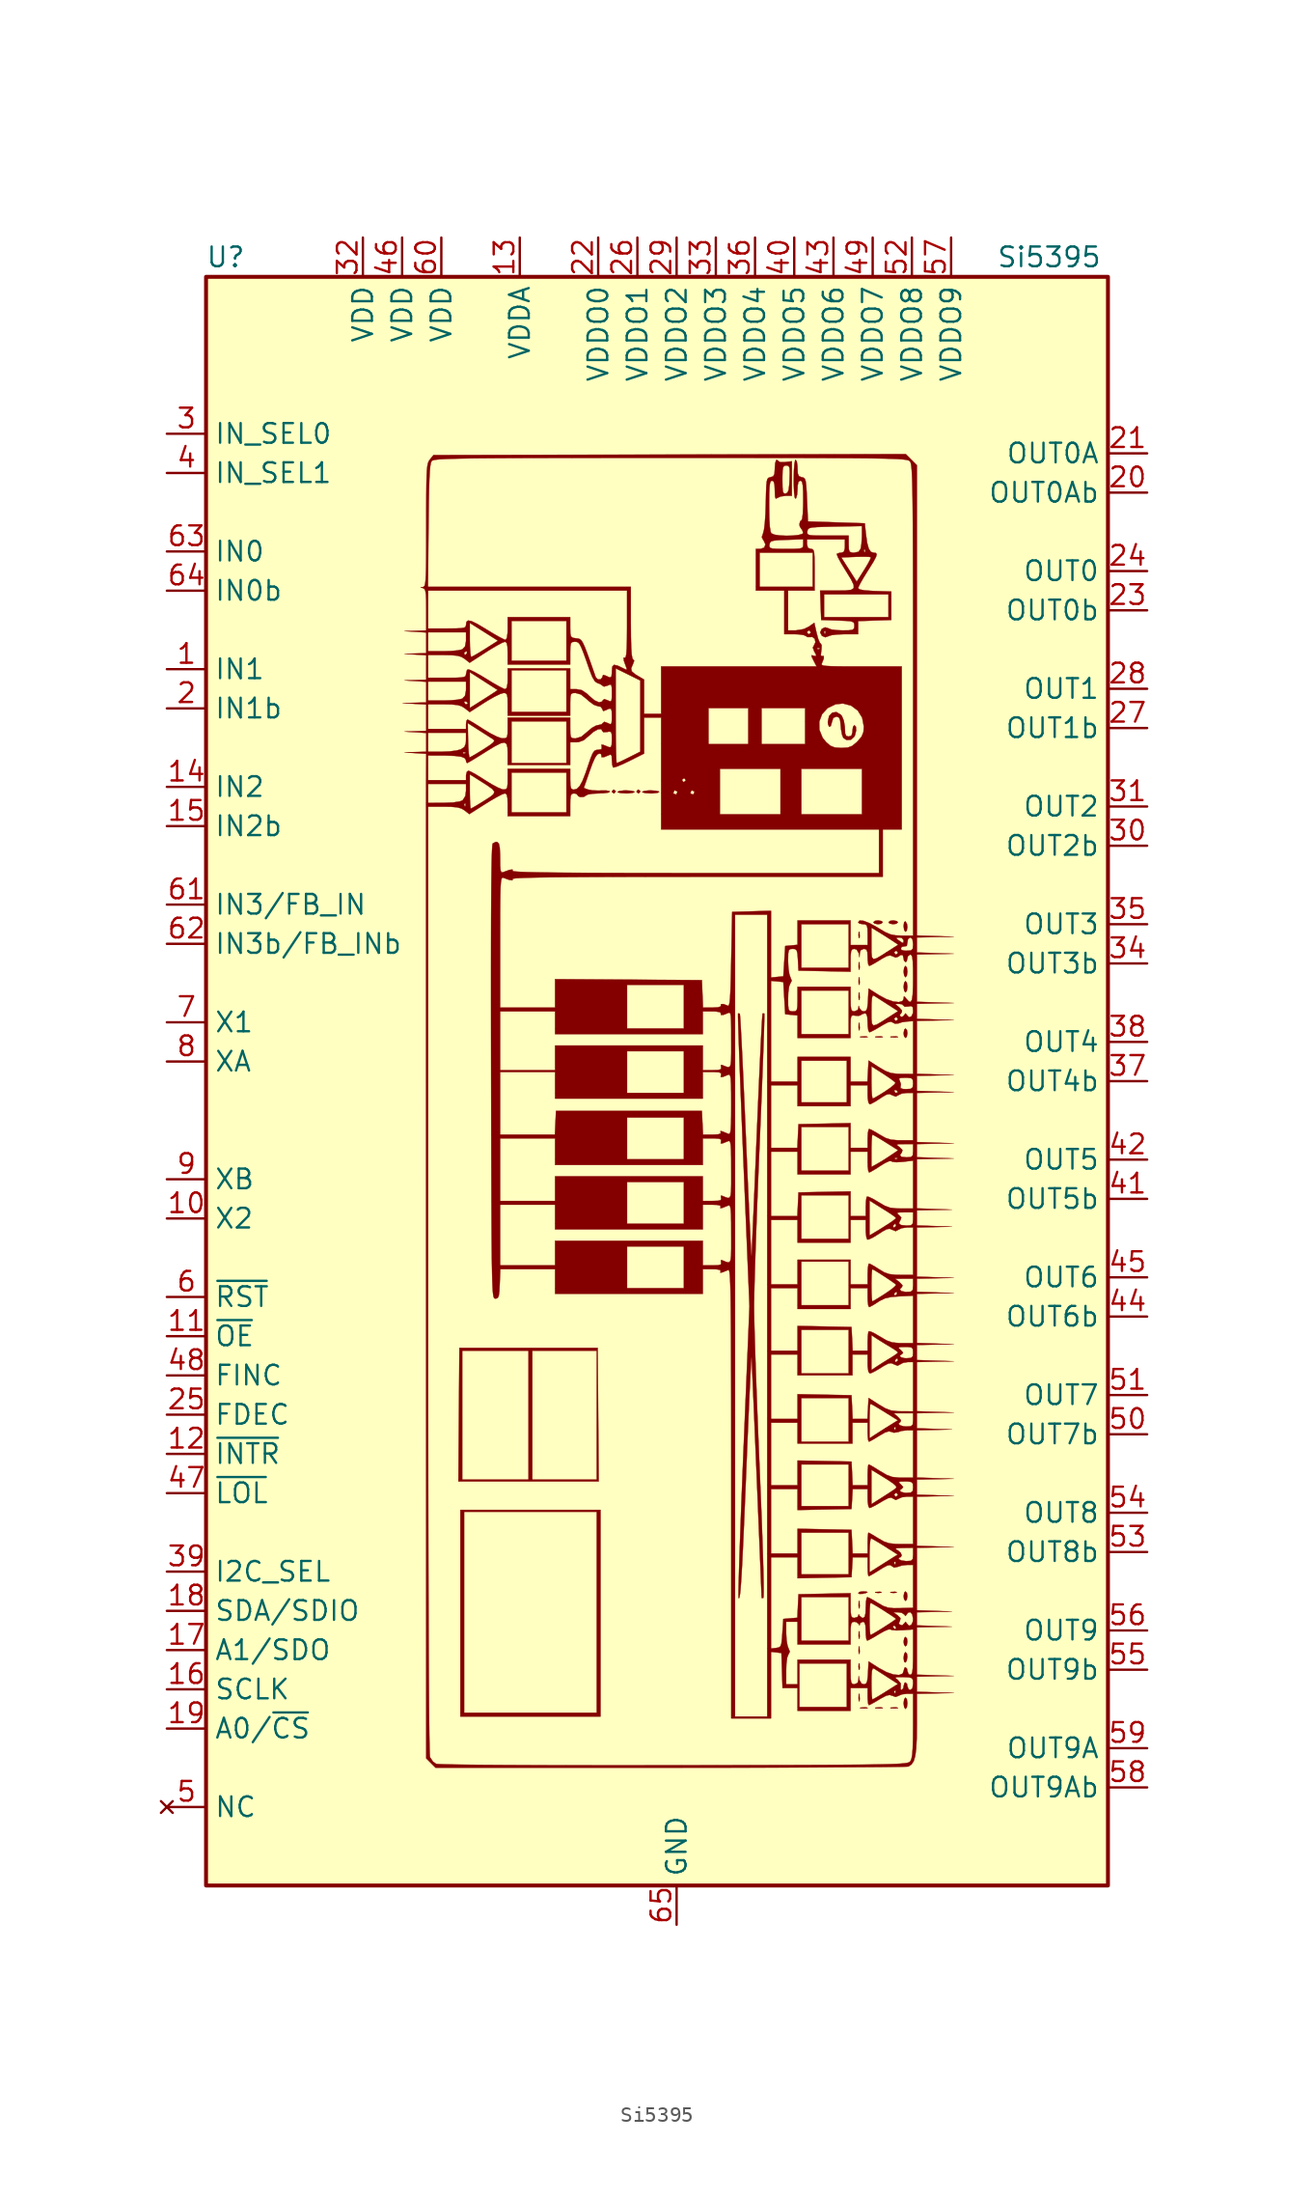
<source format=kicad_sym>
(kicad_symbol_lib
  (version 20220914)
  (generator kicad_symbol_editor)
  (symbol "Si5395"
    (property "Reference" "U"
      (at -29.21 39.37 0)
      (effects (font (size 1.27 1.27))))
    (property "Value" "Si5395"
      (at 24.13 39.37 0)
      (effects (font (size 1.27 1.27))))
    (symbol "Si5395_0_0"
      (polyline (pts (xy -4.04 4.66) (xy -3.946 4.779) (xy -3.95 4.809) (xy -4.069 4.902) (xy -4.099 4.899) (xy -4.192 4.779) (xy -4.188 4.75) (xy -4.069 4.657) (xy -4.04 4.66)) (stroke (width 0.01) (type default)) (fill (type outline)))
      (polyline (pts (xy -2.445 4.66) (xy -2.351 4.779) (xy -2.355 4.809) (xy -2.474 4.902) (xy -2.503 4.899) (xy -2.597 4.779) (xy -2.593 4.75) (xy -2.474 4.657) (xy -2.445 4.66)) (stroke (width 0.01) (type default)) (fill (type outline)))
      (polyline (pts (xy 11.84 -52.066) (xy 11.863 -51.965) (xy 11.845 -51.698) (xy 11.839 -51.677) (xy 11.801 -51.659) (xy 11.784 -51.849) (xy 11.784 -51.878) (xy 11.8 -52.07) (xy 11.84 -52.066)) (stroke (width 0.01) (type default)) (fill (type outline)))
      (polyline (pts (xy 11.84 -4.702) (xy 11.863 -4.601) (xy 11.845 -4.334) (xy 11.839 -4.313) (xy 11.801 -4.295) (xy 11.784 -4.485) (xy 11.784 -4.514) (xy 11.8 -4.706) (xy 11.84 -4.702)) (stroke (width 0.01) (type default)) (fill (type outline)))
      (polyline (pts (xy 11.844 -54.089) (xy 11.863 -53.97) (xy 11.844 -53.659) (xy 11.833 -53.624) (xy 11.801 -53.651) (xy 11.788 -53.874) (xy 11.789 -53.957) (xy 11.809 -54.127) (xy 11.844 -54.089)) (stroke (width 0.01) (type default)) (fill (type outline)))
      (polyline (pts (xy 11.844 -51.021) (xy 11.863 -50.903) (xy 11.844 -50.591) (xy 11.833 -50.557) (xy 11.801 -50.583) (xy 11.788 -50.806) (xy 11.789 -50.889) (xy 11.809 -51.059) (xy 11.844 -51.021)) (stroke (width 0.01) (type default)) (fill (type outline)))
      (polyline (pts (xy 11.844 -50.039) (xy 11.863 -49.921) (xy 11.844 -49.61) (xy 11.833 -49.575) (xy 11.801 -49.601) (xy 11.788 -49.825) (xy 11.789 -49.908) (xy 11.809 -50.077) (xy 11.844 -50.039)) (stroke (width 0.01) (type default)) (fill (type outline)))
      (polyline (pts (xy 11.844 -48.076) (xy 11.863 -47.958) (xy 11.844 -47.647) (xy 11.833 -47.612) (xy 11.801 -47.638) (xy 11.788 -47.861) (xy 11.789 -47.944) (xy 11.809 -48.114) (xy 11.844 -48.076)) (stroke (width 0.01) (type default)) (fill (type outline)))
      (polyline (pts (xy 11.844 -10.651) (xy 11.863 -10.533) (xy 11.844 -10.221) (xy 11.833 -10.187) (xy 11.801 -10.213) (xy 11.788 -10.436) (xy 11.789 -10.519) (xy 11.809 -10.689) (xy 11.844 -10.651)) (stroke (width 0.01) (type default)) (fill (type outline)))
      (polyline (pts (xy 11.844 -8.688) (xy 11.863 -8.569) (xy 11.844 -8.258) (xy 11.833 -8.223) (xy 11.801 -8.25) (xy 11.788 -8.473) (xy 11.789 -8.556) (xy 11.809 -8.726) (xy 11.844 -8.688)) (stroke (width 0.01) (type default)) (fill (type outline)))
      (polyline (pts (xy 11.844 -7.706) (xy 11.863 -7.588) (xy 11.844 -7.276) (xy 11.833 -7.242) (xy 11.801 -7.268) (xy 11.788 -7.491) (xy 11.789 -7.574) (xy 11.809 -7.744) (xy 11.844 -7.706)) (stroke (width 0.01) (type default)) (fill (type outline)))
      (polyline (pts (xy 11.844 -6.724) (xy 11.863 -6.606) (xy 11.844 -6.295) (xy 11.833 -6.26) (xy 11.801 -6.286) (xy 11.788 -6.51) (xy 11.789 -6.593) (xy 11.809 -6.763) (xy 11.844 -6.724)) (stroke (width 0.01) (type default)) (fill (type outline)))
      (polyline (pts (xy 12.066 -47.155) (xy 12.269 -47.105) (xy 12.373 -47.049) (xy 12.297 -47.018) (xy 12.066 -47.002) (xy 11.865 -47.029) (xy 11.76 -47.108) (xy 11.838 -47.163) (xy 12.066 -47.155)) (stroke (width 0.01) (type default)) (fill (type outline)))
      (polyline (pts (xy 12.211 -54.58) (xy 12.381 -54.561) (xy 12.343 -54.525) (xy 12.224 -54.506) (xy 11.913 -54.525) (xy 11.878 -54.537) (xy 11.905 -54.569) (xy 12.128 -54.581) (xy 12.211 -54.58)) (stroke (width 0.01) (type default)) (fill (type outline)))
      (polyline (pts (xy 12.211 -11.143) (xy 12.381 -11.123) (xy 12.343 -11.088) (xy 12.224 -11.069) (xy 11.913 -11.088) (xy 11.878 -11.099) (xy 11.905 -11.131) (xy 12.128 -11.144) (xy 12.211 -11.143)) (stroke (width 0.01) (type default)) (fill (type outline)))
      (polyline (pts (xy 13.193 -54.58) (xy 13.362 -54.561) (xy 13.324 -54.525) (xy 13.206 -54.506) (xy 12.895 -54.525) (xy 12.86 -54.537) (xy 12.886 -54.569) (xy 13.11 -54.581) (xy 13.193 -54.58)) (stroke (width 0.01) (type default)) (fill (type outline)))
      (polyline (pts (xy 13.193 -11.143) (xy 13.362 -11.123) (xy 13.324 -11.088) (xy 13.206 -11.069) (xy 12.895 -11.088) (xy 12.86 -11.099) (xy 12.886 -11.131) (xy 13.11 -11.144) (xy 13.193 -11.143)) (stroke (width 0.01) (type default)) (fill (type outline)))
      (polyline (pts (xy 13.25 -3.78) (xy 13.355 -3.687) (xy 13.279 -3.607) (xy 13.048 -3.565) (xy 12.846 -3.595) (xy 12.741 -3.687) (xy 12.818 -3.768) (xy 13.048 -3.81) (xy 13.25 -3.78)) (stroke (width 0.01) (type default)) (fill (type outline)))
      (polyline (pts (xy 13.269 -47.085) (xy 13.265 -47.044) (xy 13.164 -47.022) (xy 12.897 -47.04) (xy 12.876 -47.046) (xy 12.858 -47.083) (xy 13.048 -47.101) (xy 13.077 -47.101) (xy 13.269 -47.085)) (stroke (width 0.01) (type default)) (fill (type outline)))
      (polyline (pts (xy 14.174 -54.58) (xy 14.344 -54.561) (xy 14.306 -54.525) (xy 14.188 -54.506) (xy 13.876 -54.525) (xy 13.842 -54.537) (xy 13.868 -54.569) (xy 14.091 -54.581) (xy 14.174 -54.58)) (stroke (width 0.01) (type default)) (fill (type outline)))
      (polyline (pts (xy 14.174 -11.143) (xy 14.344 -11.123) (xy 14.306 -11.088) (xy 14.188 -11.069) (xy 13.876 -11.088) (xy 13.842 -11.099) (xy 13.868 -11.131) (xy 14.091 -11.144) (xy 14.174 -11.143)) (stroke (width 0.01) (type default)) (fill (type outline)))
      (polyline (pts (xy 14.232 -3.78) (xy 14.337 -3.687) (xy 14.26 -3.607) (xy 14.03 -3.565) (xy 13.828 -3.595) (xy 13.723 -3.687) (xy 13.799 -3.768) (xy 14.03 -3.81) (xy 14.232 -3.78)) (stroke (width 0.01) (type default)) (fill (type outline)))
      (polyline (pts (xy 14.251 -47.085) (xy 14.247 -47.044) (xy 14.146 -47.022) (xy 13.879 -47.04) (xy 13.858 -47.046) (xy 13.839 -47.083) (xy 14.03 -47.101) (xy 14.059 -47.101) (xy 14.251 -47.085)) (stroke (width 0.01) (type default)) (fill (type outline)))
      (polyline (pts (xy 14.908 -50.485) (xy 14.95 -50.254) (xy 14.92 -50.052) (xy 14.827 -49.947) (xy 14.747 -50.023) (xy 14.705 -50.254) (xy 14.735 -50.456) (xy 14.827 -50.561) (xy 14.908 -50.485)) (stroke (width 0.01) (type default)) (fill (type outline)))
      (polyline (pts (xy 14.908 -47.54) (xy 14.95 -47.309) (xy 14.92 -47.107) (xy 14.827 -47.002) (xy 14.747 -47.078) (xy 14.705 -47.309) (xy 14.735 -47.511) (xy 14.827 -47.616) (xy 14.908 -47.54)) (stroke (width 0.01) (type default)) (fill (type outline)))
      (polyline (pts (xy 14.908 -11.096) (xy 14.95 -10.866) (xy 14.92 -10.664) (xy 14.827 -10.559) (xy 14.747 -10.635) (xy 14.705 -10.866) (xy 14.735 -11.067) (xy 14.827 -11.172) (xy 14.908 -11.096)) (stroke (width 0.01) (type default)) (fill (type outline)))
      (polyline (pts (xy 14.905 -51.488) (xy 14.95 -51.228) (xy 14.92 -51.034) (xy 14.827 -50.929) (xy 14.824 -50.929) (xy 14.74 -51.043) (xy 14.705 -51.304) (xy 14.705 -51.317) (xy 14.741 -51.556) (xy 14.827 -51.604) (xy 14.905 -51.488)) (stroke (width 0.01) (type default)) (fill (type outline)))
      (polyline (pts (xy 14.907 -4.228) (xy 14.95 -4.001) (xy 14.922 -3.795) (xy 14.827 -3.626) (xy 14.823 -3.623) (xy 14.738 -3.68) (xy 14.705 -3.925) (xy 14.705 -3.936) (xy 14.742 -4.194) (xy 14.827 -4.301) (xy 14.907 -4.228)) (stroke (width 0.01) (type default)) (fill (type outline)))
      (polyline (pts (xy -3.107 4.661) (xy -2.829 4.696) (xy -2.72 4.753) (xy -2.745 4.782) (xy -2.942 4.83) (xy -3.272 4.849) (xy -3.437 4.845) (xy -3.714 4.811) (xy -3.824 4.753) (xy -3.799 4.724) (xy -3.601 4.676) (xy -3.272 4.657) (xy -3.107 4.661)) (stroke (width 0.01) (type default)) (fill (type outline)))
      (polyline (pts (xy -1.512 4.661) (xy -1.234 4.696) (xy -1.124 4.753) (xy -1.15 4.782) (xy -1.347 4.83) (xy -1.677 4.849) (xy -1.841 4.845) (xy -2.119 4.811) (xy -2.229 4.753) (xy -2.203 4.724) (xy -2.006 4.676) (xy -1.677 4.657) (xy -1.512 4.661)) (stroke (width 0.01) (type default)) (fill (type outline)))
      (polyline (pts (xy 14.829 -7.246) (xy 14.915 -7.136) (xy 14.95 -6.878) (xy 14.95 -6.873) (xy 14.914 -6.616) (xy 14.827 -6.51) (xy 14.826 -6.51) (xy 14.74 -6.619) (xy 14.705 -6.878) (xy 14.705 -6.882) (xy 14.741 -7.139) (xy 14.827 -7.246) (xy 14.829 -7.246)) (stroke (width 0.01) (type default)) (fill (type outline)))
      (polyline (pts (xy 14.915 -54.5) (xy 14.95 -54.242) (xy 14.95 -54.237) (xy 14.914 -53.98) (xy 14.827 -53.874) (xy 14.826 -53.874) (xy 14.74 -53.983) (xy 14.705 -54.242) (xy 14.705 -54.246) (xy 14.741 -54.503) (xy 14.827 -54.61) (xy 14.829 -54.61) (xy 14.915 -54.5)) (stroke (width 0.01) (type default)) (fill (type outline)))
      (polyline (pts (xy 14.915 -8.118) (xy 14.95 -7.859) (xy 14.95 -7.855) (xy 14.914 -7.598) (xy 14.827 -7.491) (xy 14.826 -7.491) (xy 14.74 -7.601) (xy 14.705 -7.859) (xy 14.705 -7.864) (xy 14.741 -8.121) (xy 14.827 -8.227) (xy 14.829 -8.227) (xy 14.915 -8.118)) (stroke (width 0.01) (type default)) (fill (type outline)))
      (polyline (pts (xy -4.928 -48.413) (xy -4.928 -41.726) (xy -9.468 -41.726) (xy -14.008 -41.726) (xy -14.008 -48.413) (xy -14.008 -54.855) (xy -13.763 -54.855) (xy -13.763 -48.352) (xy -13.763 -41.849) (xy -9.468 -41.849) (xy -5.174 -41.849) (xy -5.174 -48.352) (xy -5.174 -54.855) (xy -9.468 -54.855) (xy -13.763 -54.855) (xy -14.008 -54.855) (xy -14.008 -55.101) (xy -9.468 -55.101) (xy -4.928 -55.101) (xy -4.928 -48.413)) (stroke (width 0.01) (type default)) (fill (type outline)))
      (polyline (pts (xy -5.08 -35.56) (xy -5.112 -31.235) (xy -9.591 -31.235) (xy -14.07 -31.235) (xy -14.102 -35.56) (xy -14.133 -39.763) (xy -13.886 -39.763) (xy -13.886 -35.591) (xy -13.886 -31.419) (xy -11.738 -31.419) (xy -9.591 -31.419) (xy -9.591 -35.591) (xy -9.591 -39.763) (xy -9.346 -39.763) (xy -9.346 -35.591) (xy -9.346 -31.419) (xy -7.26 -31.419) (xy -5.174 -31.419) (xy -5.174 -35.591) (xy -5.174 -39.763) (xy -7.26 -39.763) (xy -9.346 -39.763) (xy -9.591 -39.763) (xy -11.738 -39.763) (xy -13.886 -39.763) (xy -14.133 -39.763) (xy -14.134 -39.885) (xy -9.591 -39.885) (xy -5.048 -39.885) (xy -5.08 -35.56)) (stroke (width 0.01) (type default)) (fill (type outline)))
      (polyline (pts (xy 11.29 8.13) (xy 11.51 8.33) (xy 11.56 8.44) (xy 11.629 8.732) (xy 11.614 8.974) (xy 11.514 9.074) (xy 11.513 9.074) (xy 11.427 8.964) (xy 11.392 8.706) (xy 11.389 8.611) (xy 11.326 8.396) (xy 11.146 8.338) (xy 10.992 8.374) (xy 10.919 8.528) (xy 10.901 8.863) (xy 10.897 8.966) (xy 10.832 9.363) (xy 10.71 9.66) (xy 10.634 9.754) (xy 10.356 9.922) (xy 10.085 9.886) (xy 9.878 9.669) (xy 9.796 9.295) (xy 9.807 9.142) (xy 9.883 8.969) (xy 9.988 9.017) (xy 10.064 9.289) (xy 10.148 9.545) (xy 10.349 9.626) (xy 10.387 9.625) (xy 10.522 9.568) (xy 10.594 9.385) (xy 10.633 9.016) (xy 10.652 8.81) (xy 10.717 8.457) (xy 10.801 8.249) (xy 11.007 8.114) (xy 11.29 8.13)) (stroke (width 0.01) (type default)) (fill (type outline)))
      (polyline (pts (xy 4.074 -47.37) (xy 4.106 -47.19) (xy 4.138 -46.892) (xy 4.172 -46.46) (xy 4.209 -45.882) (xy 4.25 -45.142) (xy 4.295 -44.227) (xy 4.346 -43.123) (xy 4.402 -41.816) (xy 4.466 -40.291) (xy 4.538 -38.536) (xy 4.588 -37.305) (xy 4.639 -36.106) (xy 4.686 -35.016) (xy 4.73 -34.054) (xy 4.769 -33.24) (xy 4.802 -32.593) (xy 4.828 -32.132) (xy 4.847 -31.877) (xy 4.857 -31.848) (xy 4.864 -31.973) (xy 4.88 -32.338) (xy 4.905 -32.899) (xy 4.937 -33.629) (xy 4.974 -34.504) (xy 5.017 -35.496) (xy 5.062 -36.581) (xy 5.111 -37.731) (xy 5.161 -38.922) (xy 5.211 -40.126) (xy 5.261 -41.319) (xy 5.308 -42.474) (xy 5.353 -43.566) (xy 5.394 -44.568) (xy 5.43 -45.455) (xy 5.46 -46.2) (xy 5.482 -46.778) (xy 5.497 -47.162) (xy 5.502 -47.327) (xy 5.521 -47.441) (xy 5.616 -47.426) (xy 5.631 -47.328) (xy 5.639 -46.993) (xy 5.635 -46.434) (xy 5.619 -45.66) (xy 5.591 -44.684) (xy 5.553 -43.515) (xy 5.504 -42.164) (xy 5.444 -40.644) (xy 5.374 -38.965) (xy 5.354 -38.486) (xy 5.293 -37.016) (xy 5.236 -35.575) (xy 5.184 -34.192) (xy 5.137 -32.893) (xy 5.096 -31.704) (xy 5.063 -30.654) (xy 5.038 -29.768) (xy 5.022 -29.073) (xy 5.017 -28.596) (xy 5.017 -28.438) (xy 5.027 -27.874) (xy 5.045 -27.103) (xy 5.073 -26.15) (xy 5.109 -25.043) (xy 5.152 -23.806) (xy 5.2 -22.468) (xy 5.254 -21.055) (xy 5.312 -19.593) (xy 5.374 -18.108) (xy 5.413 -17.183) (xy 5.47 -15.811) (xy 5.521 -14.524) (xy 5.566 -13.342) (xy 5.606 -12.287) (xy 5.638 -11.377) (xy 5.662 -10.632) (xy 5.677 -10.073) (xy 5.683 -9.719) (xy 5.679 -9.591) (xy 5.569 -9.591) (xy 5.568 -9.595) (xy 5.552 -9.758) (xy 5.527 -10.141) (xy 5.495 -10.725) (xy 5.456 -11.487) (xy 5.412 -12.408) (xy 5.363 -13.466) (xy 5.311 -14.639) (xy 5.256 -15.908) (xy 5.2 -17.25) (xy 5.194 -17.378) (xy 5.138 -18.728) (xy 5.085 -20.013) (xy 5.034 -21.21) (xy 4.988 -22.296) (xy 4.947 -23.249) (xy 4.913 -24.047) (xy 4.885 -24.667) (xy 4.866 -25.087) (xy 4.856 -25.283) (xy 4.853 -25.292) (xy 4.838 -25.142) (xy 4.816 -24.774) (xy 4.785 -24.208) (xy 4.748 -23.461) (xy 4.705 -22.553) (xy 4.657 -21.503) (xy 4.604 -20.329) (xy 4.549 -19.051) (xy 4.491 -17.688) (xy 4.468 -17.139) (xy 4.41 -15.785) (xy 4.353 -14.512) (xy 4.3 -13.341) (xy 4.25 -12.293) (xy 4.205 -11.386) (xy 4.165 -10.644) (xy 4.133 -10.084) (xy 4.108 -9.729) (xy 4.092 -9.599) (xy 3.98 -9.587) (xy 3.979 -9.594) (xy 3.978 -9.767) (xy 3.987 -10.163) (xy 4.005 -10.762) (xy 4.031 -11.547) (xy 4.065 -12.498) (xy 4.106 -13.596) (xy 4.154 -14.823) (xy 4.207 -16.16) (xy 4.264 -17.587) (xy 4.326 -19.087) (xy 4.721 -28.535) (xy 4.331 -37.922) (xy 4.321 -38.154) (xy 4.261 -39.641) (xy 4.205 -41.055) (xy 4.155 -42.376) (xy 4.111 -43.586) (xy 4.074 -44.665) (xy 4.045 -45.594) (xy 4.024 -46.355) (xy 4.011 -46.927) (xy 4.008 -47.292) (xy 4.015 -47.432) (xy 4.044 -47.444) (xy 4.074 -47.37)) (stroke (width 0.01) (type default)) (fill (type outline)))
      (polyline (pts (xy 1.356 -58.413) (xy 3.21 -58.412) (xy 4.984 -58.409) (xy 6.662 -58.405) (xy 8.231 -58.4) (xy 9.674 -58.395) (xy 10.977 -58.389) (xy 12.124 -58.381) (xy 13.101 -58.374) (xy 13.893 -58.365) (xy 14.484 -58.356) (xy 14.86 -58.347) (xy 15.006 -58.338) (xy 15.03 -58.328) (xy 15.219 -58.202) (xy 15.36 -57.985) (xy 15.459 -57.647) (xy 15.521 -57.157) (xy 15.554 -56.485) (xy 15.564 -55.598) (xy 15.564 -53.628) (xy 16.76 -53.603) (xy 17.956 -53.577) (xy 16.76 -53.537) (xy 15.564 -53.497) (xy 15.564 -53.01) (xy 15.564 -52.524) (xy 16.76 -52.498) (xy 17.956 -52.473) (xy 16.76 -52.432) (xy 15.564 -52.392) (xy 15.564 -50.863) (xy 15.564 -49.334) (xy 16.699 -49.308) (xy 17.834 -49.283) (xy 16.699 -49.242) (xy 15.564 -49.202) (xy 15.564 -48.777) (xy 15.564 -48.352) (xy 16.699 -48.327) (xy 17.834 -48.301) (xy 16.699 -48.261) (xy 15.564 -48.22) (xy 15.564 -46.2) (xy 15.564 -44.18) (xy 16.76 -44.154) (xy 17.956 -44.129) (xy 16.76 -44.089) (xy 15.564 -44.048) (xy 15.564 -42.458) (xy 15.564 -40.867) (xy 16.76 -40.841) (xy 17.956 -40.816) (xy 16.76 -40.776) (xy 15.564 -40.735) (xy 15.564 -40.249) (xy 15.564 -39.763) (xy 16.76 -39.737) (xy 17.956 -39.711) (xy 16.76 -39.671) (xy 15.564 -39.631) (xy 15.564 -38.102) (xy 15.564 -36.572) (xy 16.699 -36.547) (xy 17.834 -36.521) (xy 16.699 -36.481) (xy 15.564 -36.44) (xy 15.564 -35.954) (xy 15.564 -35.468) (xy 16.76 -35.442) (xy 17.956 -35.417) (xy 16.76 -35.377) (xy 15.564 -35.336) (xy 15.564 -33.746) (xy 15.564 -32.155) (xy 16.76 -32.129) (xy 17.956 -32.104) (xy 16.76 -32.063) (xy 15.564 -32.023) (xy 15.564 -31.537) (xy 15.564 -31.051) (xy 16.76 -31.025) (xy 17.956 -30.999) (xy 16.76 -30.959) (xy 15.564 -30.919) (xy 15.564 -29.328) (xy 15.564 -27.738) (xy 16.76 -27.712) (xy 17.956 -27.686) (xy 16.76 -27.646) (xy 15.564 -27.606) (xy 15.564 -27.181) (xy 15.564 -26.756) (xy 16.76 -26.73) (xy 17.956 -26.704) (xy 16.76 -26.664) (xy 15.564 -26.624) (xy 15.564 -25.034) (xy 15.564 -23.443) (xy 16.699 -23.417) (xy 17.834 -23.392) (xy 16.699 -23.351) (xy 15.564 -23.311) (xy 15.564 -22.825) (xy 15.564 -22.338) (xy 16.699 -22.313) (xy 17.834 -22.288) (xy 16.699 -22.247) (xy 15.564 -22.207) (xy 15.564 -20.616) (xy 15.564 -19.026) (xy 16.76 -19) (xy 17.956 -18.974) (xy 16.76 -18.934) (xy 15.564 -18.894) (xy 15.564 -18.469) (xy 15.564 -18.044) (xy 16.76 -18.018) (xy 17.956 -17.992) (xy 16.76 -17.952) (xy 15.564 -17.912) (xy 15.564 -16.322) (xy 15.564 -14.731) (xy 16.76 -14.705) (xy 17.956 -14.679) (xy 16.76 -14.639) (xy 15.564 -14.599) (xy 15.564 -14.113) (xy 15.564 -13.626) (xy 16.76 -13.601) (xy 17.956 -13.575) (xy 16.76 -13.535) (xy 15.564 -13.495) (xy 15.564 -11.781) (xy 15.564 -10.068) (xy 16.76 -10.042) (xy 17.956 -10.017) (xy 16.76 -9.976) (xy 15.564 -9.936) (xy 15.564 -9.45) (xy 15.564 -8.964) (xy 16.76 -8.938) (xy 17.956 -8.912) (xy 16.76 -8.872) (xy 15.564 -8.832) (xy 15.564 -7.303) (xy 15.564 -5.773) (xy 16.76 -5.748) (xy 17.956 -5.722) (xy 16.76 -5.682) (xy 15.564 -5.642) (xy 15.564 -5.155) (xy 15.564 -4.669) (xy 16.76 -4.643) (xy 17.956 -4.618) (xy 16.76 -4.577) (xy 15.564 -4.537) (xy 15.564 10.683) (xy 15.564 25.904) (xy 15.204 26.264) (xy 14.843 26.624) (xy -0.452 26.592) (xy -15.748 26.56) (xy -15.982 26.27) (xy -15.997 26.251) (xy -16.059 26.155) (xy -16.108 26.028) (xy -16.146 25.842) (xy -16.174 25.571) (xy -16.193 25.189) (xy -16.206 24.668) (xy -16.213 23.981) (xy -16.216 23.103) (xy -16.217 22.006) (xy -16.217 21.833) (xy -16.218 20.772) (xy -16.222 19.928) (xy -16.229 19.276) (xy -16.242 18.792) (xy -16.262 18.451) (xy -16.289 18.227) (xy -16.325 18.097) (xy -16.373 18.035) (xy -16.385 18.032) (xy -16.104 18.032) (xy -16.069 22.001) (xy -16.063 22.556) (xy -16.05 23.596) (xy -16.033 24.424) (xy -16.012 25.062) (xy -15.986 25.534) (xy -15.954 25.861) (xy -15.914 26.066) (xy -15.865 26.173) (xy -15.84 26.195) (xy -15.778 26.222) (xy -15.674 26.247) (xy -15.515 26.269) (xy -15.288 26.288) (xy -14.981 26.305) (xy -14.58 26.32) (xy -14.073 26.332) (xy -13.448 26.343) (xy -12.692 26.351) (xy -11.791 26.358) (xy -10.734 26.364) (xy -9.508 26.368) (xy -8.099 26.371) (xy -6.496 26.373) (xy -4.686 26.375) (xy -2.655 26.375) (xy -0.392 26.375) (xy 0.81 26.375) (xy 2.944 26.375) (xy 4.851 26.375) (xy 6.546 26.373) (xy 8.04 26.371) (xy 9.347 26.368) (xy 10.479 26.363) (xy 11.449 26.358) (xy 12.27 26.351) (xy 12.956 26.341) (xy 13.518 26.331) (xy 13.969 26.317) (xy 14.323 26.302) (xy 14.592 26.284) (xy 14.79 26.264) (xy 14.928 26.24) (xy 15.019 26.214) (xy 15.078 26.184) (xy 15.115 26.151) (xy 15.135 26.123) (xy 15.163 26.056) (xy 15.188 25.947) (xy 15.211 25.784) (xy 15.23 25.555) (xy 15.247 25.246) (xy 15.262 24.845) (xy 15.274 24.338) (xy 15.285 23.714) (xy 15.294 22.959) (xy 15.301 22.061) (xy 15.306 21.007) (xy 15.311 19.784) (xy 15.314 18.38) (xy 15.316 16.781) (xy 15.317 14.975) (xy 15.318 12.949) (xy 15.318 10.69) (xy 15.318 -4.546) (xy 14.579 -4.546) (xy 14.187 -4.533) (xy 13.847 -4.467) (xy 13.505 -4.319) (xy 13.063 -4.055) (xy 12.994 -4.013) (xy 12.502 -3.742) (xy 12.111 -3.592) (xy 11.853 -3.57) (xy 11.76 -3.687) (xy 11.836 -3.768) (xy 12.066 -3.81) (xy 12.22 -3.821) (xy 12.323 -3.897) (xy 12.352 -4.035) (xy 12.619 -4.035) (xy 13.079 -4.314) (xy 13.141 -4.351) (xy 13.562 -4.614) (xy 13.674 -4.686) (xy 14.237 -4.686) (xy 14.429 -4.673) (xy 14.6 -4.705) (xy 14.705 -4.853) (xy 14.69 -5.002) (xy 14.606 -5.007) (xy 14.391 -4.857) (xy 14.261 -4.755) (xy 14.237 -4.686) (xy 13.674 -4.686) (xy 13.95 -4.864) (xy 14.36 -5.137) (xy 14.025 -5.352) (xy 14.535 -5.352) (xy 14.588 -5.276) (xy 14.776 -5.242) (xy 14.908 -5.219) (xy 14.95 -4.989) (xy 14.987 -4.776) (xy 15.134 -4.669) (xy 15.151 -4.67) (xy 15.278 -4.781) (xy 15.318 -5.098) (xy 15.318 -5.129) (xy 15.295 -5.401) (xy 15.178 -5.509) (xy 14.893 -5.528) (xy 14.753 -5.524) (xy 14.551 -5.474) (xy 14.535 -5.352) (xy 14.025 -5.352) (xy 13.652 -5.59) (xy 13.558 -5.651) (xy 14.091 -5.651) (xy 14.095 -5.621) (xy 14.214 -5.528) (xy 14.243 -5.532) (xy 14.337 -5.651) (xy 14.333 -5.68) (xy 14.214 -5.773) (xy 14.184 -5.77) (xy 14.091 -5.651) (xy 13.558 -5.651) (xy 13.304 -5.813) (xy 12.954 -6.018) (xy 12.749 -6.068) (xy 12.65 -5.944) (xy 12.62 -5.628) (xy 12.619 -5.101) (xy 12.619 -4.035) (xy 12.352 -4.035) (xy 12.365 -4.098) (xy 12.373 -4.485) (xy 12.373 -5.16) (xy 11.821 -5.16) (xy 11.269 -5.16) (xy 11.269 -4.362) (xy 11.269 -3.565) (xy 9.551 -3.565) (xy 7.833 -3.565) (xy 7.833 -4.354) (xy 7.833 -5.144) (xy 7.434 -5.183) (xy 7.036 -5.221) (xy 6.974 -6.203) (xy 6.974 -6.204) (xy 7.22 -6.204) (xy 7.22 -6.083) (xy 7.229 -5.704) (xy 7.269 -5.501) (xy 7.359 -5.42) (xy 7.52 -5.405) (xy 7.672 -5.418) (xy 7.776 -5.501) (xy 7.829 -5.713) (xy 7.858 -6.111) (xy 7.885 -6.632) (xy 8.079 -6.632) (xy 8.079 -5.221) (xy 8.079 -3.81) (xy 9.612 -3.81) (xy 11.146 -3.81) (xy 11.146 -5.221) (xy 11.146 -6.632) (xy 9.612 -6.632) (xy 8.079 -6.632) (xy 7.885 -6.632) (xy 7.894 -6.816) (xy 9.582 -6.85) (xy 11.269 -6.885) (xy 11.269 -6.145) (xy 11.273 -5.834) (xy 11.302 -5.559) (xy 11.373 -5.434) (xy 11.506 -5.405) (xy 11.66 -5.451) (xy 11.796 -5.681) (xy 11.849 -5.957) (xy 11.866 -5.681) (xy 11.92 -5.494) (xy 12.128 -5.405) (xy 12.146 -5.405) (xy 12.291 -5.449) (xy 12.357 -5.612) (xy 12.373 -5.957) (xy 12.378 -6.122) (xy 12.413 -6.4) (xy 12.472 -6.51) (xy 12.572 -6.473) (xy 12.831 -6.334) (xy 13.172 -6.128) (xy 13.328 -6.031) (xy 13.635 -5.869) (xy 13.839 -5.829) (xy 14.008 -5.893) (xy 14.189 -5.971) (xy 14.376 -5.906) (xy 14.492 -5.811) (xy 14.648 -5.804) (xy 14.705 -6.019) (xy 14.728 -6.161) (xy 14.827 -6.264) (xy 14.899 -6.218) (xy 14.95 -6.019) (xy 14.984 -5.876) (xy 15.134 -5.773) (xy 15.136 -5.773) (xy 15.213 -5.811) (xy 15.266 -5.946) (xy 15.298 -6.216) (xy 15.314 -6.657) (xy 15.318 -7.307) (xy 15.314 -7.823) (xy 15.292 -8.367) (xy 15.243 -8.699) (xy 15.162 -8.84) (xy 15.042 -8.809) (xy 14.876 -8.626) (xy 14.801 -8.53) (xy 14.725 -8.479) (xy 14.709 -8.626) (xy 14.637 -8.781) (xy 14.396 -8.854) (xy 14.031 -8.812) (xy 13.587 -8.66) (xy 13.11 -8.404) (xy 12.435 -7.974) (xy 12.398 -8.714) (xy 12.382 -8.975) (xy 12.34 -9.278) (xy 12.274 -9.399) (xy 12.619 -9.399) (xy 12.624 -8.952) (xy 12.648 -8.602) (xy 12.695 -8.438) (xy 12.772 -8.429) (xy 12.944 -8.536) (xy 13.255 -8.735) (xy 13.625 -8.972) (xy 14.152 -8.972) (xy 14.429 -8.968) (xy 14.601 -8.993) (xy 14.705 -9.089) (xy 14.779 -9.154) (xy 15.011 -9.137) (xy 15.193 -9.106) (xy 15.297 -9.182) (xy 15.318 -9.441) (xy 15.307 -9.572) (xy 15.206 -9.786) (xy 15.049 -9.829) (xy 14.899 -9.669) (xy 14.836 -9.579) (xy 14.756 -9.669) (xy 14.675 -9.774) (xy 14.531 -9.816) (xy 14.459 -9.707) (xy 14.465 -9.671) (xy 14.585 -9.514) (xy 14.598 -9.395) (xy 14.431 -9.204) (xy 14.152 -8.972) (xy 13.625 -8.972) (xy 13.638 -8.98) (xy 14.35 -9.438) (xy 13.647 -9.888) (xy 13.558 -9.945) (xy 14.091 -9.945) (xy 14.095 -9.916) (xy 14.214 -9.823) (xy 14.243 -9.826) (xy 14.337 -9.945) (xy 14.333 -9.975) (xy 14.214 -10.068) (xy 14.184 -10.064) (xy 14.091 -9.945) (xy 13.558 -9.945) (xy 13.307 -10.105) (xy 12.955 -10.312) (xy 12.749 -10.363) (xy 12.651 -10.24) (xy 12.62 -9.925) (xy 12.619 -9.399) (xy 12.274 -9.399) (xy 12.262 -9.419) (xy 12.131 -9.454) (xy 11.997 -9.42) (xy 11.844 -9.24) (xy 11.827 -9.176) (xy 11.791 -9.088) (xy 11.774 -9.24) (xy 11.727 -9.364) (xy 11.514 -9.454) (xy 11.388 -9.433) (xy 11.311 -9.329) (xy 11.277 -9.088) (xy 11.269 -8.657) (xy 11.269 -7.859) (xy 9.551 -7.859) (xy 7.833 -7.859) (xy 7.833 -8.657) (xy 7.833 -8.787) (xy 7.823 -9.162) (xy 7.783 -9.362) (xy 7.691 -9.441) (xy 7.526 -9.454) (xy 7.457 -9.453) (xy 7.323 -9.423) (xy 7.252 -9.311) (xy 7.224 -9.061) (xy 7.22 -8.62) (xy 7.233 -8.235) (xy 7.286 -7.844) (xy 7.37 -7.635) (xy 7.459 -7.469) (xy 7.37 -7.244) (xy 7.301 -7.043) (xy 7.242 -6.66) (xy 7.22 -6.204) (xy 6.974 -6.204) (xy 6.913 -7.184) (xy 6.514 -7.223) (xy 6.115 -7.261) (xy 6.115 -5.102) (xy 6.115 -2.942) (xy 4.858 -2.978) (xy 3.6 -3.012) (xy 3.538 -6.106) (xy 3.527 -6.677) (xy 3.507 -7.506) (xy 3.486 -8.13) (xy 3.462 -8.575) (xy 3.433 -8.867) (xy 3.396 -9.032) (xy 3.35 -9.095) (xy 3.293 -9.084) (xy 3.257 -9.062) (xy 3.03 -8.977) (xy 2.873 -8.985) (xy 2.864 -9.086) (xy 2.862 -9.128) (xy 2.691 -9.188) (xy 2.324 -9.209) (xy 1.709 -9.209) (xy 1.673 -8.319) (xy 1.637 -7.43) (xy -3.118 -7.398) (xy -7.873 -7.366) (xy -7.873 -8.287) (xy -7.873 -9.209) (xy -9.652 -9.209) (xy -11.431 -9.209) (xy -11.431 -4.963) (xy -11.431 -4.281) (xy -11.43 -3.279) (xy -11.425 -2.485) (xy -11.417 -1.877) (xy -11.404 -1.43) (xy -11.384 -1.121) (xy -11.356 -0.928) (xy -11.32 -0.827) (xy -11.274 -0.793) (xy -11.217 -0.804) (xy -10.853 -0.938) (xy -10.636 -0.971) (xy -10.622 -0.884) (xy -10.622 -0.878) (xy -10.543 -0.854) (xy -10.332 -0.832) (xy -9.979 -0.814) (xy -9.472 -0.797) (xy -8.802 -0.783) (xy -7.958 -0.772) (xy -6.931 -0.762) (xy -5.709 -0.755) (xy -4.283 -0.749) (xy -2.643 -0.745) (xy -0.778 -0.743) (xy 1.323 -0.742) (xy 13.355 -0.742) (xy 13.355 0.791) (xy 13.355 2.325) (xy 13.969 2.325) (xy 14.582 2.325) (xy 14.582 7.602) (xy 14.582 12.878) (xy 11.94 12.878) (xy 11.2 12.878) (xy 10.514 12.882) (xy 10.021 12.891) (xy 9.691 12.908) (xy 9.495 12.936) (xy 9.405 12.979) (xy 9.391 13.037) (xy 9.424 13.115) (xy 9.425 13.117) (xy 9.533 13.388) (xy 9.532 13.55) (xy 9.421 13.548) (xy 9.399 13.538) (xy 9.341 13.612) (xy 9.373 13.909) (xy 9.383 13.969) (xy 9.398 14.244) (xy 9.339 14.35) (xy 9.275 14.414) (xy 9.172 14.659) (xy 9.071 15.027) (xy 8.919 15.704) (xy 8.572 15.457) (xy 8.235 15.293) (xy 7.722 15.209) (xy 7.22 15.209) (xy 7.22 16.498) (xy 7.22 17.786) (xy 8.079 17.786) (xy 8.938 17.786) (xy 8.938 19.136) (xy 8.937 19.39) (xy 8.931 19.898) (xy 8.911 20.219) (xy 8.87 20.395) (xy 8.8 20.47) (xy 8.692 20.486) (xy 8.504 20.552) (xy 8.447 20.792) (xy 8.447 21.099) (xy 9.674 21.099) (xy 10.901 21.099) (xy 10.901 20.67) (xy 10.895 20.509) (xy 10.833 20.298) (xy 10.676 20.24) (xy 10.55 20.23) (xy 10.379 20.168) (xy 10.379 20.125) (xy 10.458 19.933) (xy 10.667 19.933) (xy 11.596 19.97) (xy 11.682 19.973) (xy 12.12 19.98) (xy 12.441 19.972) (xy 12.582 19.95) (xy 12.585 19.943) (xy 12.533 19.794) (xy 12.38 19.505) (xy 12.152 19.129) (xy 11.666 18.364) (xy 11.166 19.149) (xy 10.667 19.933) (xy 10.458 19.933) (xy 10.468 19.911) (xy 10.654 19.568) (xy 10.91 19.144) (xy 10.992 19.016) (xy 11.305 18.504) (xy 11.47 18.158) (xy 11.475 17.946) (xy 11.307 17.836) (xy 10.954 17.793) (xy 10.405 17.786) (xy 9.295 17.786) (xy 9.331 16.835) (xy 9.36 16.068) (xy 9.551 16.068) (xy 9.551 16.805) (xy 9.551 17.541) (xy 11.637 17.541) (xy 13.723 17.541) (xy 13.723 16.805) (xy 13.723 16.068) (xy 11.637 16.068) (xy 9.551 16.068) (xy 9.36 16.068) (xy 9.367 15.884) (xy 10.441 15.849) (xy 10.445 15.849) (xy 10.957 15.829) (xy 11.273 15.8) (xy 11.439 15.747) (xy 11.504 15.656) (xy 11.514 15.511) (xy 11.514 15.48) (xy 11.492 15.329) (xy 11.393 15.248) (xy 11.162 15.215) (xy 10.741 15.209) (xy 10.371 15.224) (xy 10.024 15.27) (xy 9.841 15.336) (xy 9.827 15.35) (xy 9.611 15.408) (xy 9.4 15.303) (xy 9.306 15.087) (xy 9.551 15.087) (xy 9.56 15.152) (xy 9.633 15.168) (xy 9.648 15.15) (xy 9.633 15.005) (xy 9.596 14.986) (xy 9.551 15.087) (xy 9.306 15.087) (xy 9.306 15.066) (xy 9.415 14.857) (xy 9.629 14.764) (xy 9.841 14.837) (xy 9.849 14.843) (xy 10.045 14.904) (xy 10.408 14.947) (xy 10.864 14.964) (xy 11.76 14.964) (xy 11.76 15.389) (xy 11.76 15.813) (xy 12.833 15.849) (xy 13.907 15.884) (xy 13.907 16.805) (xy 13.907 17.725) (xy 12.833 17.76) (xy 12.73 17.764) (xy 12.182 17.801) (xy 11.863 17.86) (xy 11.76 17.944) (xy 11.776 18.003) (xy 11.894 18.247) (xy 12.104 18.614) (xy 12.373 19.05) (xy 12.463 19.191) (xy 12.752 19.657) (xy 12.915 19.962) (xy 12.962 20.139) (xy 12.906 20.22) (xy 12.756 20.24) (xy 12.594 20.289) (xy 12.45 20.489) (xy 12.343 20.871) (xy 12.26 21.467) (xy 12.189 22.142) (xy 10.349 22.203) (xy 8.508 22.265) (xy 8.447 23.676) (xy 8.429 24.069) (xy 8.4 24.548) (xy 8.364 24.85) (xy 8.31 25.019) (xy 8.228 25.096) (xy 8.109 25.126) (xy 8.086 25.13) (xy 7.924 25.195) (xy 7.85 25.365) (xy 7.833 25.709) (xy 7.828 25.866) (xy 7.784 26.143) (xy 7.71 26.253) (xy 7.678 26.217) (xy 7.63 25.98) (xy 7.599 25.549) (xy 7.588 24.957) (xy 7.59 24.653) (xy 7.61 24.125) (xy 7.651 23.815) (xy 7.71 23.737) (xy 7.744 23.778) (xy 7.808 24.011) (xy 7.833 24.358) (xy 7.84 24.582) (xy 7.895 24.83) (xy 8.017 24.903) (xy 8.066 24.893) (xy 8.133 24.802) (xy 8.175 24.586) (xy 8.196 24.203) (xy 8.201 23.615) (xy 8.198 23.28) (xy 8.176 22.772) (xy 8.135 22.443) (xy 8.079 22.326) (xy 8.009 22.284) (xy 7.956 22.088) (xy 7.976 21.947) (xy 8.079 21.774) (xy 8.127 21.73) (xy 8.201 21.521) (xy 8.183 21.5) (xy 8.461 21.5) (xy 8.469 21.621) (xy 8.476 21.666) (xy 8.511 21.762) (xy 8.6 21.828) (xy 8.78 21.871) (xy 9.091 21.898) (xy 9.57 21.916) (xy 10.257 21.931) (xy 12.005 21.965) (xy 12.004 21.379) (xy 12 21.212) (xy 11.973 20.807) (xy 11.928 20.516) (xy 11.925 20.506) (xy 11.831 20.363) (xy 12.128 20.363) (xy 12.137 20.428) (xy 12.21 20.445) (xy 12.224 20.427) (xy 12.21 20.281) (xy 12.173 20.262) (xy 12.128 20.363) (xy 11.831 20.363) (xy 11.789 20.299) (xy 11.5 20.24) (xy 11.374 20.243) (xy 11.219 20.292) (xy 11.157 20.453) (xy 11.146 20.792) (xy 11.146 21.345) (xy 9.788 21.345) (xy 9.362 21.345) (xy 8.914 21.352) (xy 8.642 21.375) (xy 8.505 21.421) (xy 8.461 21.5) (xy 8.183 21.5) (xy 8.142 21.455) (xy 7.899 21.386) (xy 7.528 21.346) (xy 7.098 21.336) (xy 6.679 21.356) (xy 6.336 21.407) (xy 6.14 21.492) (xy 6.093 21.584) (xy 6.037 21.914) (xy 6.004 22.474) (xy 5.993 23.271) (xy 5.993 23.424) (xy 5.998 24.052) (xy 6.016 24.479) (xy 6.048 24.738) (xy 6.101 24.868) (xy 6.177 24.903) (xy 6.279 24.856) (xy 6.342 24.659) (xy 6.361 24.265) (xy 6.361 24.226) (xy 6.375 23.878) (xy 6.421 23.739) (xy 6.508 23.774) (xy 6.511 23.777) (xy 6.735 23.879) (xy 7.06 23.921) (xy 7.465 23.921) (xy 7.465 25.039) (xy 7.465 26.157) (xy 7.036 26.107) (xy 6.976 26.101) (xy 6.713 26.103) (xy 6.606 26.155) (xy 6.603 26.178) (xy 6.483 26.253) (xy 6.448 26.229) (xy 6.386 26.035) (xy 6.361 25.709) (xy 6.361 25.664) (xy 6.339 25.341) (xy 6.258 25.185) (xy 6.085 25.126) (xy 6.06 25.123) (xy 5.956 25.092) (xy 5.884 25.014) (xy 5.868 24.955) (xy 6.851 24.955) (xy 6.852 25.154) (xy 6.863 25.55) (xy 6.9 25.77) (xy 6.975 25.864) (xy 7.102 25.885) (xy 7.15 25.883) (xy 7.26 25.847) (xy 7.315 25.722) (xy 7.33 25.456) (xy 7.317 24.996) (xy 7.297 24.631) (xy 7.255 24.302) (xy 7.182 24.131) (xy 7.066 24.067) (xy 7.043 24.063) (xy 6.942 24.083) (xy 6.884 24.207) (xy 6.858 24.482) (xy 6.851 24.955) (xy 5.868 24.955) (xy 5.838 24.848) (xy 5.809 24.555) (xy 5.792 24.096) (xy 5.778 23.431) (xy 5.756 22.765) (xy 5.716 22.172) (xy 5.663 21.734) (xy 5.602 21.495) (xy 5.519 21.247) (xy 5.602 21.072) (xy 5.638 21.034) (xy 5.754 20.779) (xy 5.702 20.631) (xy 6.007 20.631) (xy 6.015 20.762) (xy 6.04 20.872) (xy 6.117 20.965) (xy 6.291 21.02) (xy 6.611 21.052) (xy 7.128 21.073) (xy 8.201 21.109) (xy 8.201 20.797) (xy 8.201 20.762) (xy 8.187 20.628) (xy 8.116 20.546) (xy 7.94 20.504) (xy 7.614 20.488) (xy 7.088 20.486) (xy 7.037 20.486) (xy 6.53 20.489) (xy 6.22 20.507) (xy 6.061 20.55) (xy 6.007 20.631) (xy 5.702 20.631) (xy 5.681 20.571) (xy 5.44 20.486) (xy 5.134 20.486) (xy 5.134 19.136) (xy 5.134 18.032) (xy 5.379 18.032) (xy 5.379 19.136) (xy 5.379 20.24) (xy 7.097 20.24) (xy 8.815 20.24) (xy 8.815 19.136) (xy 8.815 18.032) (xy 7.097 18.032) (xy 5.379 18.032) (xy 5.134 18.032) (xy 5.134 17.786) (xy 6.054 17.786) (xy 6.974 17.786) (xy 6.974 16.375) (xy 6.974 15.087) (xy 8.447 15.087) (xy 8.45 15.116) (xy 8.569 15.209) (xy 8.599 15.206) (xy 8.692 15.087) (xy 8.689 15.057) (xy 8.569 14.964) (xy 8.54 14.967) (xy 8.447 15.087) (xy 6.974 15.087) (xy 6.974 14.964) (xy 7.642 14.964) (xy 7.91 14.954) (xy 8.231 14.907) (xy 8.388 14.836) (xy 8.467 14.778) (xy 8.687 14.778) (xy 8.796 14.785) (xy 8.947 14.664) (xy 8.993 14.448) (xy 8.896 14.235) (xy 8.825 14.097) (xy 8.836 14.064) (xy 9.101 14.064) (xy 9.119 14.079) (xy 9.265 14.064) (xy 9.284 14.027) (xy 9.183 13.982) (xy 9.118 13.991) (xy 9.101 14.064) (xy 8.836 14.064) (xy 8.91 13.858) (xy 9.032 13.639) (xy 9.029 13.538) (xy 8.864 13.575) (xy 8.861 13.575) (xy 8.744 13.602) (xy 8.746 13.515) (xy 8.867 13.264) (xy 9.066 12.878) (xy 4.032 12.878) (xy -1.002 12.878) (xy -1.002 11.344) (xy -1.002 9.81) (xy -1.554 9.81) (xy -2.106 9.81) (xy -2.106 10.919) (xy -2.106 12.027) (xy -2.535 12.281) (xy -2.687 12.373) (xy -2.906 12.56) (xy -2.942 12.755) (xy -2.825 13.034) (xy -2.746 13.247) (xy -2.825 13.342) (xy -2.868 13.412) (xy -2.912 13.669) (xy -2.942 14.128) (xy -2.959 14.804) (xy -2.965 15.71) (xy -2.965 18.032) (xy -9.534 18.032) (xy -16.104 18.032) (xy -16.385 18.032) (xy -16.432 18.017) (xy -16.496 18.013) (xy -16.583 17.994) (xy -16.432 17.947) (xy -16.341 17.899) (xy -16.281 17.786) (xy -16.094 17.786) (xy -9.652 17.786) (xy -3.21 17.786) (xy -3.21 15.57) (xy -3.21 15.394) (xy -3.216 14.605) (xy -3.232 14.037) (xy -3.259 13.667) (xy -3.299 13.476) (xy -3.352 13.442) (xy -3.437 13.439) (xy -3.413 13.237) (xy -3.268 12.835) (xy -3.259 12.813) (xy -3.223 12.684) (xy -3.305 12.683) (xy -3.554 12.804) (xy -3.812 12.927) (xy -4.052 12.981) (xy -4.164 12.867) (xy -4.175 12.753) (xy -3.946 12.753) (xy -3.149 12.36) (xy -2.351 11.966) (xy -2.351 9.663) (xy -2.351 7.36) (xy -3.084 6.99) (xy -3.458 6.806) (xy -3.747 6.671) (xy -3.882 6.62) (xy -3.896 6.697) (xy -3.912 6.989) (xy -3.926 7.466) (xy -3.937 8.097) (xy -3.944 8.848) (xy -3.946 9.686) (xy -3.946 12.753) (xy -4.175 12.753) (xy -4.192 12.571) (xy -4.193 12.449) (xy -4.223 12.209) (xy -4.331 12.162) (xy -4.568 12.269) (xy -4.589 12.28) (xy -4.761 12.33) (xy -4.806 12.207) (xy -4.808 12.178) (xy -4.915 12.042) (xy -5.098 12.037) (xy -5.235 12.172) (xy -5.311 12.388) (xy -5.581 13.155) (xy -5.787 13.726) (xy -5.944 14.132) (xy -6.067 14.401) (xy -6.169 14.562) (xy -6.267 14.646) (xy -6.374 14.681) (xy -6.505 14.696) (xy -6.724 14.729) (xy -6.841 14.815) (xy -6.885 15.017) (xy -6.891 15.401) (xy -6.891 16.068) (xy -8.916 16.068) (xy -10.941 16.068) (xy -10.941 15.332) (xy -10.947 15.06) (xy -10.994 14.714) (xy -11.083 14.596) (xy -11.179 14.628) (xy -11.455 14.768) (xy -11.851 14.992) (xy -12.317 15.274) (xy -12.403 15.327) (xy -12.925 15.636) (xy -13.281 15.808) (xy -13.5 15.85) (xy -13.61 15.769) (xy -13.621 15.693) (xy -13.395 15.693) (xy -12.482 15.117) (xy -11.57 14.541) (xy -12.39 14.019) (xy -12.49 13.956) (xy -12.873 13.723) (xy -13.162 13.558) (xy -13.303 13.495) (xy -13.323 13.521) (xy -13.36 13.732) (xy -13.385 14.107) (xy -13.395 14.592) (xy -13.395 15.693) (xy -13.621 15.693) (xy -13.64 15.57) (xy -13.64 15.565) (xy -13.661 15.458) (xy -13.749 15.39) (xy -13.95 15.352) (xy -14.308 15.336) (xy -14.867 15.332) (xy -16.094 15.332) (xy -16.094 16.559) (xy -16.094 17.786) (xy -16.281 17.786) (xy -16.277 17.778) (xy -16.239 17.541) (xy -16.221 17.147) (xy -16.217 16.55) (xy -16.217 15.209) (xy -16.923 15.186) (xy -17.628 15.163) (xy -16.923 15.119) (xy -16.217 15.074) (xy -16.217 14.406) (xy -16.217 13.86) (xy -16.094 13.86) (xy -16.094 14.473) (xy -16.094 15.087) (xy -14.867 15.087) (xy -13.64 15.087) (xy -13.64 14.6) (xy -13.642 14.502) (xy -13.705 14.168) (xy -13.878 13.987) (xy -13.909 13.973) (xy -14.182 13.915) (xy -14.607 13.875) (xy -15.105 13.86) (xy -16.094 13.86) (xy -16.217 13.86) (xy -16.217 13.737) (xy -13.763 13.737) (xy -13.758 13.771) (xy -13.633 13.86) (xy -13.589 13.85) (xy -13.579 13.737) (xy -13.604 13.7) (xy -13.709 13.614) (xy -13.721 13.617) (xy -13.763 13.737) (xy -16.217 13.737) (xy -16.923 13.714) (xy -17.628 13.69) (xy -16.923 13.646) (xy -16.411 13.614) (xy -16.094 13.614) (xy -15.068 13.614) (xy -14.582 13.606) (xy -14.197 13.57) (xy -13.933 13.494) (xy -13.724 13.364) (xy -13.406 13.114) (xy -12.353 13.794) (xy -12.044 13.989) (xy -11.62 14.238) (xy -11.295 14.41) (xy -11.12 14.473) (xy -11.106 14.472) (xy -11.007 14.398) (xy -10.956 14.167) (xy -10.941 13.737) (xy -10.941 13.246) (xy -10.695 13.246) (xy -10.695 14.534) (xy -10.695 15.823) (xy -8.916 15.823) (xy -7.137 15.823) (xy -7.137 14.534) (xy -7.137 13.246) (xy -8.916 13.246) (xy -10.695 13.246) (xy -10.941 13.246) (xy -10.941 13.001) (xy -8.916 13.001) (xy -6.891 13.001) (xy -6.891 13.737) (xy -6.891 13.742) (xy -6.885 14.148) (xy -6.848 14.367) (xy -6.759 14.456) (xy -6.595 14.473) (xy -6.494 14.469) (xy -6.39 14.435) (xy -6.295 14.337) (xy -6.189 14.141) (xy -6.055 13.815) (xy -5.876 13.324) (xy -5.635 12.634) (xy -5.463 12.196) (xy -5.288 11.905) (xy -5.112 11.792) (xy -4.964 11.746) (xy -4.79 11.624) (xy -4.702 11.571) (xy -4.453 11.643) (xy -4.329 11.701) (xy -4.236 11.686) (xy -4.199 11.522) (xy -4.192 11.16) (xy -4.195 10.855) (xy -4.223 10.653) (xy -4.303 10.612) (xy -4.462 10.682) (xy -4.682 10.764) (xy -4.779 10.687) (xy -4.828 10.603) (xy -5.026 10.553) (xy -5.318 10.682) (xy -5.664 10.976) (xy -5.809 11.117) (xy -6.141 11.341) (xy -6.486 11.405) (xy -6.891 11.405) (xy -6.891 12.08) (xy -6.891 12.755) (xy -8.916 12.755) (xy -10.941 12.755) (xy -10.941 12.08) (xy -10.948 11.798) (xy -10.999 11.5) (xy -11.101 11.405) (xy -11.197 11.436) (xy -11.476 11.575) (xy -11.873 11.799) (xy -12.337 12.082) (xy -12.672 12.285) (xy -13.082 12.513) (xy -13.383 12.655) (xy -13.527 12.688) (xy -13.589 12.612) (xy -13.64 12.38) (xy -13.64 12.375) (xy -13.661 12.268) (xy -13.749 12.2) (xy -13.95 12.162) (xy -14.308 12.145) (xy -14.867 12.142) (xy -16.094 12.142) (xy -16.094 12.878) (xy -16.094 13.614) (xy -16.411 13.614) (xy -16.217 13.602) (xy -16.217 12.81) (xy -16.217 12.019) (xy -16.923 11.996) (xy -17.628 11.973) (xy -16.923 11.928) (xy -16.217 11.884) (xy -16.217 11.215) (xy -16.217 10.669) (xy -16.094 10.669) (xy -16.094 11.283) (xy -16.094 11.896) (xy -14.867 11.896) (xy -13.64 11.896) (xy -13.64 11.41) (xy -13.642 11.312) (xy -13.705 10.977) (xy -13.878 10.796) (xy -13.909 10.783) (xy -14.182 10.725) (xy -14.607 10.684) (xy -15.105 10.669) (xy -16.094 10.669) (xy -16.217 10.669) (xy -16.217 10.554) (xy -13.763 10.554) (xy -13.753 10.598) (xy -13.64 10.608) (xy -13.604 10.583) (xy -13.518 10.478) (xy -13.521 10.466) (xy -13.64 10.424) (xy -13.674 10.429) (xy -13.763 10.554) (xy -16.217 10.554) (xy -16.217 10.546) (xy -16.984 10.523) (xy -17.751 10.499) (xy -16.984 10.456) (xy -16.423 10.424) (xy -16.094 10.424) (xy -15.068 10.424) (xy -14.575 10.415) (xy -14.193 10.379) (xy -13.93 10.302) (xy -13.743 10.186) (xy -13.395 10.186) (xy -13.395 11.345) (xy -13.395 12.505) (xy -12.505 11.936) (xy -12.337 11.828) (xy -11.963 11.589) (xy -11.699 11.42) (xy -11.592 11.353) (xy -11.608 11.337) (xy -11.772 11.221) (xy -12.079 11.02) (xy -12.482 10.762) (xy -13.395 10.186) (xy -13.743 10.186) (xy -13.721 10.172) (xy -13.401 9.92) (xy -12.435 10.54) (xy -12.216 10.677) (xy -11.778 10.925) (xy -11.421 11.096) (xy -11.205 11.16) (xy -11.075 11.145) (xy -10.987 11.055) (xy -10.949 10.834) (xy -10.941 10.424) (xy -10.941 9.933) (xy -10.695 9.933) (xy -10.695 11.283) (xy -10.695 12.633) (xy -8.916 12.633) (xy -7.137 12.633) (xy -7.137 11.283) (xy -7.137 9.933) (xy -8.916 9.933) (xy -10.695 9.933) (xy -10.941 9.933) (xy -10.941 9.688) (xy -8.916 9.688) (xy -6.891 9.688) (xy -6.891 10.424) (xy -6.891 10.512) (xy -6.883 10.882) (xy -6.841 11.075) (xy -6.738 11.148) (xy -6.547 11.16) (xy -6.197 11.061) (xy -5.787 10.731) (xy -5.673 10.622) (xy -5.352 10.39) (xy -5.088 10.301) (xy -4.91 10.266) (xy -4.806 10.113) (xy -4.805 10.096) (xy -4.753 9.988) (xy -4.568 10.051) (xy -4.389 10.139) (xy -4.255 10.143) (xy -4.202 9.985) (xy -4.192 9.622) (xy -4.194 9.405) (xy -4.218 9.186) (xy -4.297 9.137) (xy -4.462 9.21) (xy -4.682 9.292) (xy -4.779 9.214) (xy -4.864 9.129) (xy -5.098 9.074) (xy -5.2 9.054) (xy -5.485 8.901) (xy -5.787 8.645) (xy -6.173 8.328) (xy -6.547 8.215) (xy -6.738 8.227) (xy -6.844 8.303) (xy -6.885 8.504) (xy -6.891 8.89) (xy -6.891 9.565) (xy -8.916 9.565) (xy -10.941 9.565) (xy -10.941 8.89) (xy -10.947 8.52) (xy -10.985 8.311) (xy -11.085 8.231) (xy -11.278 8.221) (xy -11.336 8.227) (xy -11.643 8.334) (xy -12.064 8.546) (xy -12.536 8.832) (xy -12.732 8.96) (xy -13.122 9.205) (xy -13.411 9.376) (xy -13.548 9.44) (xy -13.609 9.365) (xy -13.63 9.211) (xy -13.528 9.211) (xy -12.817 8.756) (xy -12.444 8.518) (xy -12.104 8.301) (xy -11.894 8.169) (xy -11.868 8.152) (xy -11.81 8.067) (xy -11.878 7.953) (xy -12.101 7.779) (xy -12.507 7.513) (xy -12.613 7.447) (xy -12.993 7.215) (xy -13.277 7.051) (xy -13.41 6.989) (xy -13.428 7.018) (xy -13.463 7.233) (xy -13.491 7.612) (xy -13.507 8.099) (xy -13.528 9.211) (xy -13.63 9.211) (xy -13.64 9.135) (xy -13.64 8.829) (xy -14.867 8.829) (xy -16.094 8.829) (xy -16.094 9.626) (xy -16.094 10.424) (xy -16.423 10.424) (xy -16.217 10.412) (xy -16.217 9.559) (xy -16.217 8.706) (xy -16.923 8.683) (xy -17.628 8.659) (xy -16.923 8.615) (xy -16.217 8.571) (xy -16.217 7.964) (xy -16.217 7.356) (xy -16.094 7.356) (xy -16.094 7.97) (xy -16.094 8.583) (xy -14.867 8.583) (xy -13.64 8.583) (xy -13.641 8.123) (xy -13.653 7.899) (xy -13.745 7.663) (xy -13.972 7.51) (xy -13.974 7.509) (xy -14.264 7.432) (xy -14.704 7.377) (xy -15.198 7.356) (xy -16.094 7.356) (xy -16.217 7.356) (xy -16.923 7.333) (xy -17.461 7.315) (xy -13.845 7.315) (xy -13.827 7.33) (xy -13.681 7.315) (xy -13.662 7.278) (xy -13.763 7.234) (xy -13.828 7.242) (xy -13.845 7.315) (xy -17.461 7.315) (xy -17.628 7.31) (xy -16.922 7.266) (xy -16.216 7.221) (xy -16.217 7.111) (xy -16.094 7.111) (xy -15.143 7.109) (xy -14.979 7.108) (xy -14.353 7.085) (xy -13.939 7.029) (xy -13.711 6.932) (xy -13.64 6.79) (xy -13.634 6.719) (xy -13.576 6.62) (xy -13.507 6.651) (xy -13.265 6.79) (xy -12.896 7.014) (xy -12.447 7.295) (xy -12.317 7.378) (xy -11.772 7.71) (xy -11.393 7.901) (xy -11.15 7.95) (xy -11.014 7.856) (xy -10.954 7.618) (xy -10.941 7.234) (xy -10.941 6.62) (xy -10.695 6.62) (xy -10.695 7.97) (xy -10.695 9.319) (xy -8.916 9.319) (xy -7.137 9.319) (xy -7.137 7.97) (xy -7.137 6.62) (xy -8.916 6.62) (xy -10.695 6.62) (xy -10.941 6.62) (xy -10.941 6.497) (xy -8.916 6.497) (xy -6.891 6.497) (xy -6.891 7.234) (xy -6.891 7.97) (xy -6.486 7.97) (xy -6.344 7.979) (xy -6.015 8.101) (xy -5.664 8.399) (xy -5.378 8.647) (xy -5.094 8.803) (xy -4.886 8.824) (xy -4.806 8.693) (xy -4.74 8.618) (xy -4.499 8.634) (xy -4.377 8.66) (xy -4.251 8.639) (xy -4.201 8.486) (xy -4.192 8.143) (xy -4.206 7.804) (xy -4.262 7.651) (xy -4.376 7.65) (xy -4.457 7.683) (xy -4.745 7.799) (xy -4.865 7.816) (xy -4.855 7.677) (xy -4.846 7.652) (xy -4.869 7.516) (xy -5.089 7.479) (xy -5.182 7.473) (xy -5.317 7.416) (xy -5.434 7.259) (xy -5.562 6.958) (xy -5.73 6.467) (xy -5.898 5.973) (xy -6.101 5.457) (xy -6.282 5.128) (xy -6.459 4.953) (xy -6.649 4.902) (xy -6.732 4.909) (xy -6.834 4.983) (xy -6.881 5.187) (xy -6.891 5.577) (xy -6.891 6.252) (xy -8.916 6.252) (xy -10.941 6.252) (xy -10.941 5.577) (xy -10.945 5.277) (xy -10.976 5.03) (xy -11.058 4.926) (xy -11.217 4.908) (xy -11.286 4.92) (xy -11.572 5.035) (xy -11.969 5.245) (xy -12.413 5.519) (xy -12.604 5.642) (xy -13.008 5.89) (xy -13.321 6.062) (xy -13.487 6.127) (xy -13.588 6.052) (xy -13.624 5.891) (xy -13.395 5.891) (xy -12.689 5.446) (xy -12.277 5.184) (xy -11.947 4.949) (xy -11.808 4.774) (xy -11.852 4.616) (xy -12.073 4.433) (xy -12.462 4.183) (xy -12.55 4.128) (xy -12.925 3.898) (xy -13.203 3.736) (xy -13.331 3.675) (xy -13.345 3.704) (xy -13.371 3.918) (xy -13.388 4.296) (xy -13.395 4.783) (xy -13.395 5.891) (xy -13.624 5.891) (xy -13.64 5.822) (xy -13.64 5.516) (xy -14.867 5.516) (xy -16.094 5.516) (xy -16.094 6.313) (xy -16.094 7.111) (xy -16.217 7.111) (xy -16.225 5.54) (xy -16.226 5.482) (xy -16.226 5.137) (xy -16.227 4.56) (xy -16.227 4.043) (xy -16.094 4.043) (xy -16.094 4.657) (xy -16.094 5.27) (xy -14.867 5.27) (xy -13.64 5.27) (xy -13.64 4.824) (xy -13.686 4.484) (xy -13.855 4.214) (xy -14.033 4.139) (xy -14.462 4.072) (xy -15.082 4.047) (xy -16.094 4.043) (xy -16.227 4.043) (xy -16.228 3.92) (xy -13.763 3.92) (xy -13.754 3.985) (xy -13.681 4.002) (xy -13.666 3.984) (xy -13.681 3.839) (xy -13.718 3.819) (xy -13.763 3.92) (xy -16.228 3.92) (xy -16.228 3.798) (xy -16.094 3.798) (xy -15.068 3.798) (xy -14.618 3.791) (xy -14.216 3.756) (xy -13.943 3.682) (xy -13.735 3.557) (xy -13.429 3.316) (xy -12.372 3.986) (xy -12.063 4.177) (xy -11.635 4.425) (xy -11.306 4.594) (xy -11.128 4.657) (xy -11.1 4.654) (xy -11.004 4.575) (xy -10.954 4.346) (xy -10.941 3.92) (xy -10.941 3.43) (xy -10.695 3.43) (xy -10.695 4.718) (xy -10.695 6.006) (xy -8.916 6.006) (xy -7.137 6.006) (xy -7.137 4.718) (xy -7.137 3.43) (xy -8.916 3.43) (xy -10.695 3.43) (xy -10.941 3.43) (xy -10.941 3.184) (xy -8.916 3.184) (xy -6.891 3.184) (xy -6.891 3.92) (xy -6.887 4.247) (xy -6.857 4.512) (xy -6.783 4.63) (xy -6.646 4.657) (xy -6.503 4.634) (xy -6.401 4.534) (xy -6.381 4.482) (xy -6.223 4.418) (xy -6.005 4.435) (xy -5.848 4.534) (xy -5.741 4.588) (xy -5.446 4.638) (xy -5.044 4.657) (xy -4.715 4.669) (xy -4.426 4.71) (xy -4.315 4.771) (xy -4.347 4.806) (xy -4.555 4.846) (xy -4.892 4.845) (xy -5.053 4.838) (xy -5.453 4.853) (xy -5.74 4.908) (xy -6.011 5.011) (xy -5.623 6.121) (xy -5.451 6.592) (xy -5.283 6.97) (xy -5.144 7.172) (xy -5.013 7.233) (xy -4.9 7.211) (xy -4.867 7.111) (xy -4.868 7.109) (xy -4.864 7.005) (xy -4.698 7.007) (xy -4.429 7.115) (xy -4.281 7.174) (xy -4.207 7.099) (xy -4.192 6.829) (xy -4.192 6.8) (xy -4.168 6.503) (xy -4.116 6.34) (xy -4.08 6.334) (xy -3.866 6.396) (xy -3.512 6.541) (xy -3.073 6.75) (xy -2.106 7.236) (xy -2.106 8.4) (xy -2.106 9.565) (xy -1.554 9.565) (xy -1.002 9.565) (xy -1.002 7.847) (xy 2.066 7.847) (xy 2.066 9.013) (xy 2.066 10.178) (xy 3.354 10.178) (xy 4.643 10.178) (xy 4.643 9.013) (xy 4.643 7.847) (xy 5.502 7.847) (xy 5.502 9.013) (xy 5.502 10.178) (xy 6.913 10.178) (xy 8.324 10.178) (xy 8.324 9.302) (xy 9.24 9.302) (xy 9.422 9.786) (xy 9.78 10.178) (xy 10.302 10.428) (xy 10.779 10.477) (xy 11.303 10.34) (xy 11.732 10.023) (xy 12.021 9.559) (xy 12.128 8.984) (xy 12.102 8.63) (xy 11.981 8.332) (xy 11.711 8.019) (xy 11.657 7.966) (xy 11.372 7.731) (xy 11.086 7.626) (xy 10.677 7.602) (xy 10.658 7.602) (xy 10.25 7.63) (xy 9.966 7.739) (xy 9.688 7.974) (xy 9.457 8.261) (xy 9.248 8.777) (xy 9.24 9.302) (xy 8.324 9.302) (xy 8.324 9.013) (xy 8.324 7.847) (xy 6.913 7.847) (xy 5.502 7.847) (xy 4.643 7.847) (xy 3.354 7.847) (xy 2.066 7.847) (xy -1.002 7.847) (xy -1.002 5.945) (xy -1.002 5.516) (xy 0.348 5.516) (xy 0.352 5.545) (xy 0.471 5.638) (xy 0.5 5.635) (xy 0.594 5.516) (xy 0.59 5.486) (xy 0.471 5.393) (xy 0.442 5.396) (xy 0.348 5.516) (xy -1.002 5.516) (xy -1.002 4.685) (xy -0.214 4.685) (xy -0.153 4.834) (xy -0.114 4.851) (xy 0.035 4.79) (xy 0.051 4.751) (xy 0.025 4.685) (xy 0.89 4.685) (xy 0.951 4.834) (xy 0.99 4.851) (xy 1.139 4.79) (xy 1.156 4.751) (xy 1.095 4.602) (xy 1.056 4.585) (xy 0.907 4.646) (xy 0.89 4.685) (xy 0.025 4.685) (xy -0.009 4.602) (xy -0.049 4.585) (xy -0.198 4.646) (xy -0.214 4.685) (xy -1.002 4.685) (xy -1.002 3.307) (xy 2.802 3.307) (xy 2.802 4.779) (xy 2.802 6.252) (xy 4.766 6.252) (xy 6.729 6.252) (xy 6.729 4.779) (xy 6.729 3.307) (xy 8.079 3.307) (xy 8.079 4.779) (xy 8.079 6.252) (xy 10.042 6.252) (xy 12.005 6.252) (xy 12.005 4.779) (xy 12.005 3.307) (xy 10.042 3.307) (xy 8.079 3.307) (xy 6.729 3.307) (xy 4.766 3.307) (xy 2.802 3.307) (xy -1.002 3.307) (xy -1.002 2.325) (xy 6.054 2.325) (xy 13.11 2.325) (xy 13.11 0.914) (xy 13.11 -0.497) (xy 1.2 -0.497) (xy 0.758 -0.497) (xy -1.283 -0.496) (xy -3.09 -0.493) (xy -4.675 -0.489) (xy -6.048 -0.483) (xy -7.218 -0.475) (xy -8.197 -0.465) (xy -8.995 -0.453) (xy -9.621 -0.438) (xy -10.087 -0.421) (xy -10.402 -0.402) (xy -10.577 -0.38) (xy -10.622 -0.355) (xy -10.625 -0.271) (xy -10.823 -0.293) (xy -11.217 -0.435) (xy -11.268 -0.453) (xy -11.355 -0.439) (xy -11.405 -0.312) (xy -11.427 -0.028) (xy -11.431 0.458) (xy -11.434 0.708) (xy -11.457 1.149) (xy -11.513 1.402) (xy -11.607 1.507) (xy -11.709 1.52) (xy -11.914 1.415) (xy -11.916 1.413) (xy -11.937 1.283) (xy -11.956 0.972) (xy -11.973 0.474) (xy -11.987 -0.217) (xy -11.999 -1.107) (xy -12.008 -2.202) (xy -12.015 -3.507) (xy -12.019 -5.028) (xy -12.021 -6.772) (xy -12.021 -8.744) (xy -12.019 -10.949) (xy -12.015 -13.258) (xy -11.431 -13.258) (xy -11.431 -11.356) (xy -11.431 -9.454) (xy -9.652 -9.454) (xy -7.873 -9.454) (xy -7.873 -10.191) (xy -7.873 -10.559) (xy -3.21 -10.559) (xy -3.21 -9.148) (xy -3.21 -7.737) (xy -1.37 -7.737) (xy 0.471 -7.737) (xy 0.471 -9.148) (xy 0.471 -10.559) (xy -1.37 -10.559) (xy -3.21 -10.559) (xy -7.873 -10.559) (xy -7.873 -10.927) (xy -3.088 -10.927) (xy 1.698 -10.927) (xy 1.698 -10.191) (xy 1.698 -9.454) (xy 2.319 -9.454) (xy 2.529 -9.46) (xy 2.803 -9.502) (xy 2.864 -9.577) (xy 2.863 -9.579) (xy 2.867 -9.683) (xy 3.032 -9.681) (xy 3.301 -9.573) (xy 3.353 -9.547) (xy 3.429 -9.536) (xy 3.481 -9.601) (xy 3.513 -9.777) (xy 3.53 -10.097) (xy 3.537 -10.594) (xy 3.538 -11.304) (xy 3.539 -11.484) (xy 3.539 -12.15) (xy 3.53 -12.609) (xy 3.502 -12.894) (xy 3.441 -13.036) (xy 3.337 -13.067) (xy 3.179 -13.02) (xy 2.954 -12.926) (xy 2.868 -12.918) (xy 2.875 -13.061) (xy 2.888 -13.1) (xy 2.864 -13.199) (xy 2.692 -13.246) (xy 2.325 -13.258) (xy 1.698 -13.258) (xy 1.698 -12.461) (xy 1.698 -11.663) (xy -3.088 -11.663) (xy -7.873 -11.663) (xy -7.873 -12.461) (xy -7.873 -13.258) (xy -9.652 -13.258) (xy -11.431 -13.258) (xy -12.015 -13.258) (xy -12.015 -13.394) (xy -12.011 -15.188) (xy -12.007 -17.201) (xy -12.006 -17.43) (xy -11.431 -17.43) (xy -11.431 -15.406) (xy -11.431 -13.381) (xy -9.652 -13.381) (xy -7.873 -13.381) (xy -7.873 -14.24) (xy -7.873 -14.731) (xy -3.21 -14.731) (xy -3.21 -13.381) (xy -3.21 -12.031) (xy -1.37 -12.031) (xy 0.471 -12.031) (xy 0.471 -13.381) (xy 0.471 -14.731) (xy -1.37 -14.731) (xy -3.21 -14.731) (xy -7.873 -14.731) (xy -7.873 -15.099) (xy -3.088 -15.099) (xy 1.698 -15.099) (xy 1.698 -14.24) (xy 1.698 -13.381) (xy 2.325 -13.381) (xy 2.448 -13.382) (xy 2.757 -13.402) (xy 2.883 -13.461) (xy 2.875 -13.579) (xy 2.855 -13.708) (xy 2.985 -13.701) (xy 3.066 -13.668) (xy 3.354 -13.552) (xy 3.422 -13.551) (xy 3.472 -13.635) (xy 3.506 -13.837) (xy 3.526 -14.188) (xy 3.536 -14.721) (xy 3.538 -15.467) (xy 3.536 -16.197) (xy 3.526 -16.735) (xy 3.506 -17.09) (xy 3.473 -17.295) (xy 3.424 -17.382) (xy 3.354 -17.382) (xy 3.255 -17.342) (xy 2.966 -17.225) (xy 2.844 -17.196) (xy 2.851 -17.287) (xy 2.857 -17.352) (xy 2.701 -17.412) (xy 2.325 -17.43) (xy 1.71 -17.43) (xy 1.673 -16.663) (xy 1.637 -15.896) (xy -3.088 -15.896) (xy -7.812 -15.896) (xy -7.848 -16.663) (xy -7.885 -17.43) (xy -9.658 -17.43) (xy -11.431 -17.43) (xy -12.006 -17.43) (xy -12.002 -18.992) (xy -11.997 -20.575) (xy -11.993 -21.725) (xy -11.431 -21.725) (xy -11.431 -19.7) (xy -11.431 -17.676) (xy -9.652 -17.676) (xy -7.873 -17.676) (xy -7.873 -18.535) (xy -7.873 -19.026) (xy -3.21 -19.026) (xy -3.21 -17.676) (xy -3.21 -16.326) (xy -1.37 -16.326) (xy 0.471 -16.326) (xy 0.471 -17.676) (xy 0.471 -19.026) (xy -1.37 -19.026) (xy -3.21 -19.026) (xy -7.873 -19.026) (xy -7.873 -19.394) (xy -3.088 -19.394) (xy 1.698 -19.394) (xy 1.698 -18.535) (xy 1.698 -17.676) (xy 2.325 -17.676) (xy 2.448 -17.676) (xy 2.757 -17.696) (xy 2.883 -17.756) (xy 2.875 -17.873) (xy 2.855 -18.003) (xy 2.985 -17.996) (xy 3.066 -17.963) (xy 3.354 -17.847) (xy 3.417 -17.843) (xy 3.469 -17.918) (xy 3.504 -18.109) (xy 3.526 -18.448) (xy 3.536 -18.968) (xy 3.538 -19.7) (xy 3.539 -19.992) (xy 3.539 -20.642) (xy 3.529 -21.09) (xy 3.498 -21.367) (xy 3.437 -21.504) (xy 3.333 -21.533) (xy 3.175 -21.486) (xy 2.954 -21.393) (xy 2.868 -21.385) (xy 2.875 -21.527) (xy 2.888 -21.566) (xy 2.864 -21.666) (xy 2.692 -21.713) (xy 2.325 -21.725) (xy 1.698 -21.725) (xy 1.698 -20.927) (xy 1.698 -20.13) (xy -3.088 -20.13) (xy -7.873 -20.13) (xy -7.873 -20.927) (xy -7.873 -21.725) (xy -9.652 -21.725) (xy -11.431 -21.725) (xy -11.993 -21.725) (xy -11.992 -21.961) (xy -11.987 -23.164) (xy -11.98 -24.197) (xy -11.972 -25.073) (xy -11.963 -25.805) (xy -11.961 -25.897) (xy -11.431 -25.897) (xy -11.431 -23.934) (xy -11.431 -21.97) (xy -9.652 -21.97) (xy -7.873 -21.97) (xy -7.873 -22.768) (xy -7.873 -23.198) (xy -3.21 -23.198) (xy -3.21 -21.848) (xy -3.21 -20.498) (xy -1.37 -20.498) (xy 0.471 -20.498) (xy 0.471 -21.848) (xy 0.471 -23.198) (xy -1.37 -23.198) (xy -3.21 -23.198) (xy -7.873 -23.198) (xy -7.873 -23.566) (xy -3.088 -23.566) (xy 1.698 -23.566) (xy 1.698 -22.768) (xy 1.698 -21.97) (xy 2.319 -21.97) (xy 2.6 -21.979) (xy 2.827 -22.024) (xy 2.851 -22.114) (xy 2.828 -22.197) (xy 2.966 -22.175) (xy 3.073 -22.132) (xy 3.354 -22.019) (xy 3.417 -22.015) (xy 3.469 -22.09) (xy 3.504 -22.281) (xy 3.526 -22.62) (xy 3.536 -23.14) (xy 3.538 -23.872) (xy 3.539 -24.164) (xy 3.539 -24.814) (xy 3.529 -25.262) (xy 3.498 -25.539) (xy 3.437 -25.676) (xy 3.333 -25.705) (xy 3.175 -25.658) (xy 2.954 -25.565) (xy 2.868 -25.557) (xy 2.875 -25.699) (xy 2.888 -25.738) (xy 2.864 -25.838) (xy 2.692 -25.885) (xy 2.325 -25.897) (xy 1.698 -25.897) (xy 1.698 -25.099) (xy 1.698 -24.302) (xy -3.088 -24.302) (xy -7.873 -24.302) (xy -7.873 -25.099) (xy -7.873 -25.897) (xy -9.652 -25.897) (xy -11.431 -25.897) (xy -11.961 -25.897) (xy -11.952 -26.406) (xy -11.939 -26.888) (xy -11.924 -27.265) (xy -11.907 -27.549) (xy -11.887 -27.755) (xy -11.864 -27.893) (xy -11.838 -27.979) (xy -11.808 -28.024) (xy -11.775 -28.041) (xy -11.738 -28.044) (xy -11.692 -28.043) (xy -11.584 -27.999) (xy -11.519 -27.859) (xy -11.481 -27.574) (xy -11.457 -27.093) (xy -11.421 -26.142) (xy -9.647 -26.142) (xy -7.873 -26.142) (xy -7.873 -26.94) (xy -7.873 -27.369) (xy -3.21 -27.369) (xy -3.21 -26.02) (xy -3.21 -24.67) (xy -1.37 -24.67) (xy 0.471 -24.67) (xy 0.471 -26.02) (xy 0.471 -27.369) (xy -1.37 -27.369) (xy -3.21 -27.369) (xy -7.873 -27.369) (xy -7.873 -27.738) (xy -3.088 -27.738) (xy 1.698 -27.738) (xy 1.698 -26.94) (xy 1.698 -26.142) (xy 2.319 -26.142) (xy 2.6 -26.151) (xy 2.827 -26.196) (xy 2.851 -26.286) (xy 2.828 -26.369) (xy 2.966 -26.347) (xy 3.073 -26.304) (xy 3.354 -26.191) (xy 3.371 -26.19) (xy 3.397 -26.226) (xy 3.421 -26.32) (xy 3.441 -26.483) (xy 3.459 -26.729) (xy 3.475 -27.07) (xy 3.489 -27.518) (xy 3.501 -28.086) (xy 3.51 -28.787) (xy 3.518 -29.633) (xy 3.525 -30.636) (xy 3.529 -31.81) (xy 3.533 -33.166) (xy 3.536 -34.718) (xy 3.537 -36.477) (xy 3.538 -38.457) (xy 3.538 -40.67) (xy 3.538 -55.101) (xy 3.784 -55.101) (xy 3.784 -29.149) (xy 3.784 -3.196) (xy 4.827 -3.196) (xy 5.87 -3.196) (xy 5.87 -13.995) (xy 6.115 -13.995) (xy 6.115 -10.735) (xy 6.115 -7.476) (xy 6.514 -7.514) (xy 6.913 -7.553) (xy 6.974 -8.595) (xy 7.036 -9.639) (xy 7.434 -9.677) (xy 7.833 -9.715) (xy 7.833 -10.444) (xy 7.833 -10.927) (xy 8.079 -10.927) (xy 8.079 -9.516) (xy 8.079 -8.105) (xy 9.612 -8.105) (xy 11.146 -8.105) (xy 11.146 -9.516) (xy 11.146 -10.927) (xy 9.612 -10.927) (xy 8.079 -10.927) (xy 7.833 -10.927) (xy 7.833 -11.172) (xy 9.551 -11.172) (xy 11.269 -11.172) (xy 11.269 -10.422) (xy 11.269 -10.319) (xy 11.277 -9.952) (xy 11.316 -9.766) (xy 11.409 -9.71) (xy 11.579 -9.73) (xy 11.798 -9.743) (xy 11.954 -9.683) (xy 11.995 -9.641) (xy 12.197 -9.577) (xy 12.28 -9.611) (xy 12.352 -9.8) (xy 12.373 -10.191) (xy 12.381 -10.412) (xy 12.422 -10.694) (xy 12.488 -10.804) (xy 12.6 -10.766) (xy 12.871 -10.626) (xy 13.222 -10.419) (xy 13.349 -10.341) (xy 13.673 -10.168) (xy 13.878 -10.122) (xy 14.022 -10.184) (xy 14.141 -10.25) (xy 14.362 -10.235) (xy 14.591 -10.157) (xy 14.919 -10.109) (xy 15.318 -10.082) (xy 15.318 -11.793) (xy 15.318 -13.504) (xy 14.551 -13.501) (xy 14.292 -13.495) (xy 13.889 -13.446) (xy 13.534 -13.315) (xy 13.11 -13.067) (xy 12.435 -12.636) (xy 12.415 -13.007) (xy 12.619 -13.007) (xy 13.383 -13.493) (xy 13.433 -13.525) (xy 13.8 -13.771) (xy 13.862 -13.816) (xy 14.397 -13.816) (xy 14.503 -13.763) (xy 14.812 -13.749) (xy 14.944 -13.75) (xy 15.198 -13.778) (xy 15.3 -13.884) (xy 15.318 -14.117) (xy 15.318 -14.131) (xy 15.293 -14.369) (xy 15.17 -14.466) (xy 14.876 -14.485) (xy 14.658 -14.477) (xy 14.504 -14.42) (xy 14.51 -14.286) (xy 14.529 -14.165) (xy 14.446 -13.918) (xy 14.397 -13.816) (xy 13.862 -13.816) (xy 14.067 -13.969) (xy 14.179 -14.079) (xy 14.18 -14.081) (xy 14.092 -14.197) (xy 13.848 -14.397) (xy 13.552 -14.601) (xy 14.091 -14.601) (xy 14.101 -14.556) (xy 14.214 -14.547) (xy 14.251 -14.572) (xy 14.337 -14.677) (xy 14.333 -14.689) (xy 14.214 -14.731) (xy 14.18 -14.726) (xy 14.091 -14.601) (xy 13.552 -14.601) (xy 13.497 -14.639) (xy 13.486 -14.646) (xy 13.12 -14.874) (xy 12.838 -15.037) (xy 12.701 -15.099) (xy 12.686 -15.081) (xy 12.651 -14.886) (xy 12.628 -14.525) (xy 12.619 -14.053) (xy 12.619 -13.007) (xy 12.415 -13.007) (xy 12.398 -13.315) (xy 12.361 -13.995) (xy 11.815 -13.995) (xy 11.269 -13.995) (xy 11.269 -13.197) (xy 11.269 -12.399) (xy 9.551 -12.399) (xy 7.833 -12.399) (xy 7.833 -13.197) (xy 7.833 -13.995) (xy 6.974 -13.995) (xy 6.115 -13.995) (xy 5.87 -13.995) (xy 5.87 -18.289) (xy 6.115 -18.289) (xy 6.115 -16.265) (xy 6.115 -14.24) (xy 6.974 -14.24) (xy 7.833 -14.24) (xy 7.833 -14.915) (xy 7.833 -15.344) (xy 8.079 -15.344) (xy 8.079 -13.995) (xy 8.079 -12.645) (xy 9.551 -12.645) (xy 11.024 -12.645) (xy 11.024 -13.995) (xy 11.024 -15.344) (xy 9.551 -15.344) (xy 8.079 -15.344) (xy 7.833 -15.344) (xy 7.833 -15.59) (xy 9.551 -15.59) (xy 11.269 -15.59) (xy 11.269 -14.915) (xy 11.269 -14.24) (xy 11.821 -14.24) (xy 12.373 -14.24) (xy 12.373 -14.854) (xy 12.38 -15.06) (xy 12.426 -15.355) (xy 12.505 -15.467) (xy 12.594 -15.44) (xy 12.848 -15.305) (xy 13.176 -15.096) (xy 13.312 -15.003) (xy 13.595 -14.841) (xy 13.787 -14.806) (xy 13.962 -14.878) (xy 14.188 -14.969) (xy 14.358 -14.881) (xy 14.361 -14.878) (xy 14.587 -14.774) (xy 14.913 -14.731) (xy 15.318 -14.731) (xy 15.318 -16.265) (xy 15.318 -17.798) (xy 14.525 -17.798) (xy 14.324 -17.796) (xy 13.887 -17.757) (xy 13.535 -17.646) (xy 13.151 -17.43) (xy 12.907 -17.281) (xy 12.623 -17.123) (xy 12.472 -17.062) (xy 12.436 -17.104) (xy 12.391 -17.326) (xy 12.373 -17.676) (xy 12.373 -18.289) (xy 11.821 -18.289) (xy 11.269 -18.289) (xy 11.269 -17.488) (xy 11.269 -16.687) (xy 9.582 -16.721) (xy 7.894 -16.755) (xy 7.858 -17.522) (xy 7.822 -18.289) (xy 6.968 -18.289) (xy 6.115 -18.289) (xy 5.87 -18.289) (xy 5.87 -22.707) (xy 6.115 -22.707) (xy 6.115 -20.621) (xy 6.115 -18.535) (xy 6.974 -18.535) (xy 7.833 -18.535) (xy 7.833 -19.271) (xy 7.833 -19.762) (xy 8.079 -19.762) (xy 8.079 -18.351) (xy 8.079 -16.939) (xy 9.612 -16.939) (xy 11.146 -16.939) (xy 11.146 -18.351) (xy 11.146 -19.762) (xy 9.612 -19.762) (xy 8.079 -19.762) (xy 7.833 -19.762) (xy 7.833 -20.007) (xy 9.551 -20.007) (xy 11.269 -20.007) (xy 11.269 -19.271) (xy 11.269 -18.535) (xy 11.821 -18.535) (xy 12.373 -18.535) (xy 12.373 -19.209) (xy 12.382 -19.487) (xy 12.386 -19.523) (xy 12.619 -19.523) (xy 12.619 -18.476) (xy 12.62 -18.281) (xy 12.632 -17.846) (xy 12.654 -17.544) (xy 12.683 -17.43) (xy 12.695 -17.433) (xy 12.858 -17.518) (xy 13.162 -17.697) (xy 13.55 -17.937) (xy 13.77 -18.076) (xy 14.266 -18.076) (xy 14.396 -18.048) (xy 14.739 -18.044) (xy 15.318 -18.044) (xy 15.318 -18.473) (xy 15.318 -18.506) (xy 15.295 -18.777) (xy 15.177 -18.884) (xy 14.889 -18.903) (xy 14.564 -18.869) (xy 14.468 -18.762) (xy 14.592 -18.573) (xy 14.596 -18.569) (xy 14.628 -18.423) (xy 14.442 -18.242) (xy 14.316 -18.15) (xy 14.266 -18.076) (xy 13.77 -18.076) (xy 14.353 -18.444) (xy 13.823 -18.802) (xy 13.648 -18.919) (xy 13.608 -18.944) (xy 14.132 -18.944) (xy 14.15 -18.929) (xy 14.296 -18.944) (xy 14.315 -18.981) (xy 14.214 -19.026) (xy 14.149 -19.017) (xy 14.132 -18.944) (xy 13.608 -18.944) (xy 13.262 -19.163) (xy 12.956 -19.341) (xy 12.619 -19.523) (xy 12.386 -19.523) (xy 12.416 -19.773) (xy 12.467 -19.884) (xy 12.583 -19.835) (xy 12.85 -19.68) (xy 13.197 -19.456) (xy 13.497 -19.271) (xy 13.774 -19.147) (xy 13.908 -19.149) (xy 13.968 -19.188) (xy 14.234 -19.219) (xy 14.651 -19.193) (xy 15.318 -19.114) (xy 15.318 -20.665) (xy 15.318 -22.216) (xy 14.523 -22.216) (xy 14.227 -22.211) (xy 13.826 -22.163) (xy 13.48 -22.035) (xy 13.065 -21.792) (xy 12.736 -21.597) (xy 12.461 -21.466) (xy 12.327 -21.444) (xy 12.302 -21.501) (xy 12.265 -21.752) (xy 12.251 -22.114) (xy 12.251 -22.707) (xy 11.76 -22.707) (xy 11.269 -22.707) (xy 11.269 -21.906) (xy 11.269 -21.105) (xy 9.582 -21.139) (xy 7.894 -21.173) (xy 7.858 -21.94) (xy 7.822 -22.707) (xy 6.968 -22.707) (xy 6.115 -22.707) (xy 5.87 -22.707) (xy 5.87 -27.124) (xy 6.115 -27.124) (xy 6.115 -25.038) (xy 6.115 -22.952) (xy 6.974 -22.952) (xy 7.833 -22.952) (xy 7.833 -23.688) (xy 7.833 -24.179) (xy 8.079 -24.179) (xy 8.079 -22.768) (xy 8.079 -21.357) (xy 9.612 -21.357) (xy 11.146 -21.357) (xy 11.146 -22.768) (xy 11.146 -24.179) (xy 9.612 -24.179) (xy 8.079 -24.179) (xy 7.833 -24.179) (xy 7.833 -24.424) (xy 9.551 -24.424) (xy 11.269 -24.424) (xy 11.269 -23.688) (xy 11.269 -22.952) (xy 11.76 -22.952) (xy 12.251 -22.952) (xy 12.251 -23.558) (xy 12.257 -23.768) (xy 12.279 -23.958) (xy 12.496 -23.958) (xy 12.496 -22.827) (xy 12.496 -21.697) (xy 12.772 -21.871) (xy 12.91 -21.958) (xy 13.248 -22.169) (xy 13.631 -22.407) (xy 13.777 -22.501) (xy 14.281 -22.501) (xy 14.407 -22.468) (xy 14.743 -22.461) (xy 15.318 -22.461) (xy 15.318 -22.891) (xy 15.318 -22.911) (xy 15.296 -23.189) (xy 15.184 -23.3) (xy 14.909 -23.32) (xy 14.884 -23.32) (xy 14.528 -23.282) (xy 14.398 -23.172) (xy 14.486 -22.981) (xy 14.504 -22.958) (xy 14.556 -22.796) (xy 14.4 -22.632) (xy 14.329 -22.577) (xy 14.281 -22.501) (xy 13.777 -22.501) (xy 13.872 -22.562) (xy 14.117 -22.737) (xy 14.212 -22.829) (xy 14.193 -22.859) (xy 14.029 -22.997) (xy 13.752 -23.189) (xy 13.677 -23.237) (xy 13.545 -23.32) (xy 14.03 -23.32) (xy 14.055 -23.283) (xy 14.16 -23.198) (xy 14.172 -23.201) (xy 14.214 -23.32) (xy 14.209 -23.354) (xy 14.084 -23.443) (xy 14.04 -23.433) (xy 14.03 -23.32) (xy 13.545 -23.32) (xy 13.267 -23.496) (xy 12.895 -23.722) (xy 12.496 -23.958) (xy 12.279 -23.958) (xy 12.293 -24.078) (xy 12.352 -24.228) (xy 12.473 -24.208) (xy 12.741 -24.078) (xy 13.087 -23.865) (xy 13.337 -23.701) (xy 13.612 -23.554) (xy 13.8 -23.524) (xy 13.964 -23.591) (xy 14.188 -23.682) (xy 14.358 -23.593) (xy 14.361 -23.59) (xy 14.587 -23.486) (xy 14.913 -23.443) (xy 15.318 -23.443) (xy 15.318 -24.977) (xy 15.318 -26.511) (xy 14.49 -26.51) (xy 14.177 -26.505) (xy 13.779 -26.461) (xy 13.458 -26.35) (xy 13.11 -26.142) (xy 12.888 -26) (xy 12.611 -25.838) (xy 12.465 -25.775) (xy 12.427 -25.835) (xy 12.388 -26.08) (xy 12.373 -26.449) (xy 12.373 -27.124) (xy 11.821 -27.124) (xy 11.269 -27.124) (xy 11.269 -26.326) (xy 11.269 -25.529) (xy 9.551 -25.529) (xy 7.833 -25.529) (xy 7.833 -26.326) (xy 7.833 -27.124) (xy 6.974 -27.124) (xy 6.115 -27.124) (xy 5.87 -27.124) (xy 5.87 -29.149) (xy 5.87 -31.419) (xy 6.115 -31.419) (xy 6.115 -29.394) (xy 6.115 -27.369) (xy 6.974 -27.369) (xy 7.833 -27.369) (xy 7.833 -28.044) (xy 7.833 -28.474) (xy 8.079 -28.474) (xy 8.079 -27.063) (xy 8.079 -25.652) (xy 9.612 -25.652) (xy 11.146 -25.652) (xy 11.146 -27.063) (xy 11.146 -27.185) (xy 12.619 -27.185) (xy 12.62 -26.993) (xy 12.63 -26.558) (xy 12.65 -26.256) (xy 12.676 -26.142) (xy 12.69 -26.146) (xy 12.857 -26.235) (xy 13.146 -26.412) (xy 13.491 -26.634) (xy 13.683 -26.761) (xy 14.152 -26.761) (xy 14.735 -26.759) (xy 15.318 -26.756) (xy 15.318 -27.185) (xy 15.318 -27.218) (xy 15.295 -27.489) (xy 15.177 -27.596) (xy 14.889 -27.615) (xy 14.827 -27.614) (xy 14.544 -27.561) (xy 14.46 -27.447) (xy 14.599 -27.298) (xy 14.632 -27.182) (xy 14.445 -26.986) (xy 14.152 -26.761) (xy 13.683 -26.761) (xy 13.828 -26.859) (xy 14.091 -27.044) (xy 14.216 -27.147) (xy 14.218 -27.157) (xy 14.119 -27.278) (xy 13.866 -27.481) (xy 13.504 -27.73) (xy 13.493 -27.738) (xy 14.091 -27.738) (xy 14.096 -27.704) (xy 14.221 -27.615) (xy 14.265 -27.625) (xy 14.275 -27.738) (xy 14.25 -27.774) (xy 14.145 -27.86) (xy 14.133 -27.857) (xy 14.091 -27.738) (xy 13.493 -27.738) (xy 13.44 -27.771) (xy 13.072 -28.003) (xy 12.799 -28.166) (xy 12.676 -28.228) (xy 12.665 -28.21) (xy 12.642 -28.017) (xy 12.625 -27.657) (xy 12.619 -27.185) (xy 11.146 -27.185) (xy 11.146 -28.474) (xy 9.612 -28.474) (xy 8.079 -28.474) (xy 7.833 -28.474) (xy 7.833 -28.719) (xy 9.551 -28.719) (xy 11.269 -28.719) (xy 11.269 -28.044) (xy 11.269 -27.369) (xy 11.821 -27.369) (xy 12.373 -27.369) (xy 12.373 -27.983) (xy 12.38 -28.204) (xy 12.414 -28.486) (xy 12.467 -28.596) (xy 12.521 -28.58) (xy 12.74 -28.463) (xy 13.042 -28.27) (xy 13.169 -28.188) (xy 13.495 -28.033) (xy 13.882 -27.945) (xy 14.421 -27.901) (xy 15.318 -27.86) (xy 15.318 -29.394) (xy 15.318 -30.928) (xy 14.576 -30.928) (xy 14.373 -30.925) (xy 13.959 -30.881) (xy 13.601 -30.754) (xy 13.177 -30.507) (xy 12.852 -30.315) (xy 12.579 -30.183) (xy 12.446 -30.16) (xy 12.422 -30.216) (xy 12.387 -30.464) (xy 12.373 -30.826) (xy 12.373 -31.419) (xy 11.888 -31.419) (xy 11.403 -31.419) (xy 11.367 -30.652) (xy 11.33 -29.885) (xy 9.582 -29.851) (xy 7.833 -29.817) (xy 7.833 -30.618) (xy 7.833 -31.419) (xy 6.974 -31.419) (xy 6.115 -31.419) (xy 5.87 -31.419) (xy 5.87 -35.836) (xy 6.115 -35.836) (xy 6.115 -33.75) (xy 6.115 -31.664) (xy 6.974 -31.664) (xy 7.833 -31.664) (xy 7.833 -32.339) (xy 7.833 -32.891) (xy 8.079 -32.891) (xy 8.079 -31.48) (xy 8.079 -30.069) (xy 9.612 -30.069) (xy 11.146 -30.069) (xy 11.146 -31.48) (xy 11.146 -32.891) (xy 9.612 -32.891) (xy 8.079 -32.891) (xy 7.833 -32.891) (xy 7.833 -33.014) (xy 9.612 -33.014) (xy 11.392 -33.014) (xy 11.392 -32.339) (xy 11.392 -31.664) (xy 11.883 -31.664) (xy 12.373 -31.664) (xy 12.373 -32.278) (xy 12.377 -32.45) (xy 12.409 -32.67) (xy 12.619 -32.67) (xy 12.619 -31.541) (xy 12.619 -30.413) (xy 13.018 -30.673) (xy 13.07 -30.707) (xy 13.47 -30.956) (xy 13.876 -31.198) (xy 13.917 -31.223) (xy 14.374 -31.223) (xy 14.48 -31.186) (xy 14.797 -31.177) (xy 14.957 -31.177) (xy 15.203 -31.205) (xy 15.301 -31.311) (xy 15.318 -31.541) (xy 15.296 -31.785) (xy 15.177 -31.889) (xy 14.889 -31.91) (xy 14.751 -31.903) (xy 14.516 -31.84) (xy 14.459 -31.736) (xy 14.613 -31.627) (xy 14.672 -31.541) (xy 14.521 -31.375) (xy 14.443 -31.312) (xy 14.374 -31.223) (xy 13.917 -31.223) (xy 13.999 -31.271) (xy 14.24 -31.436) (xy 14.336 -31.533) (xy 14.319 -31.562) (xy 14.155 -31.694) (xy 13.876 -31.874) (xy 13.814 -31.91) (xy 13.615 -32.032) (xy 14.152 -32.032) (xy 14.178 -31.995) (xy 14.283 -31.91) (xy 14.295 -31.913) (xy 14.337 -32.032) (xy 14.332 -32.066) (xy 14.207 -32.155) (xy 14.162 -32.145) (xy 14.152 -32.032) (xy 13.615 -32.032) (xy 13.398 -32.165) (xy 13.018 -32.408) (xy 12.619 -32.67) (xy 12.409 -32.67) (xy 12.424 -32.775) (xy 12.516 -32.891) (xy 12.624 -32.859) (xy 12.898 -32.723) (xy 13.243 -32.516) (xy 13.436 -32.395) (xy 13.716 -32.251) (xy 13.906 -32.225) (xy 14.079 -32.298) (xy 14.085 -32.302) (xy 14.312 -32.393) (xy 14.481 -32.305) (xy 14.667 -32.206) (xy 14.975 -32.155) (xy 15.318 -32.155) (xy 15.318 -33.75) (xy 15.318 -35.345) (xy 14.551 -35.342) (xy 14.292 -35.337) (xy 13.889 -35.288) (xy 13.534 -35.157) (xy 13.11 -34.908) (xy 12.435 -34.478) (xy 12.398 -35.157) (xy 12.361 -35.836) (xy 11.882 -35.836) (xy 11.403 -35.836) (xy 11.367 -35.069) (xy 11.33 -34.302) (xy 9.582 -34.268) (xy 7.833 -34.234) (xy 7.833 -35.035) (xy 7.833 -35.836) (xy 6.974 -35.836) (xy 6.115 -35.836) (xy 5.87 -35.836) (xy 5.87 -40.131) (xy 6.115 -40.131) (xy 6.115 -38.106) (xy 6.115 -36.081) (xy 6.974 -36.081) (xy 7.833 -36.081) (xy 7.833 -36.756) (xy 7.833 -37.309) (xy 8.079 -37.309) (xy 8.079 -35.898) (xy 8.079 -34.486) (xy 9.612 -34.486) (xy 11.146 -34.486) (xy 11.146 -35.898) (xy 11.146 -37.309) (xy 9.612 -37.309) (xy 8.079 -37.309) (xy 7.833 -37.309) (xy 7.833 -37.431) (xy 9.612 -37.431) (xy 11.392 -37.431) (xy 11.392 -36.756) (xy 11.392 -36.081) (xy 11.883 -36.081) (xy 12.373 -36.081) (xy 12.373 -36.695) (xy 12.379 -36.916) (xy 12.397 -37.091) (xy 12.496 -37.091) (xy 12.496 -35.973) (xy 12.498 -35.714) (xy 12.509 -35.273) (xy 12.53 -34.968) (xy 12.556 -34.855) (xy 12.576 -34.861) (xy 12.756 -34.956) (xy 13.073 -35.143) (xy 13.476 -35.389) (xy 13.603 -35.468) (xy 14.064 -35.468) (xy 14.691 -35.468) (xy 15.318 -35.468) (xy 15.318 -35.898) (xy 15.318 -35.926) (xy 15.295 -36.199) (xy 15.179 -36.307) (xy 14.896 -36.327) (xy 14.701 -36.314) (xy 14.459 -36.245) (xy 14.374 -36.143) (xy 14.489 -36.038) (xy 14.499 -36.034) (xy 14.534 -35.923) (xy 14.354 -35.721) (xy 14.064 -35.468) (xy 13.603 -35.468) (xy 14.335 -35.923) (xy 13.753 -36.286) (xy 13.533 -36.423) (xy 13.491 -36.45) (xy 14.091 -36.45) (xy 14.1 -36.385) (xy 14.173 -36.368) (xy 14.188 -36.386) (xy 14.173 -36.531) (xy 14.136 -36.551) (xy 14.091 -36.45) (xy 13.491 -36.45) (xy 13.136 -36.675) (xy 12.833 -36.87) (xy 12.496 -37.091) (xy 12.397 -37.091) (xy 12.408 -37.198) (xy 12.455 -37.309) (xy 12.542 -37.274) (xy 12.789 -37.138) (xy 13.122 -36.932) (xy 13.494 -36.717) (xy 13.747 -36.637) (xy 13.937 -36.678) (xy 14.072 -36.728) (xy 14.343 -36.688) (xy 14.584 -36.609) (xy 14.919 -36.574) (xy 15.318 -36.572) (xy 15.318 -38.106) (xy 15.318 -39.64) (xy 14.584 -39.64) (xy 14.362 -39.636) (xy 13.96 -39.59) (xy 13.606 -39.46) (xy 13.179 -39.211) (xy 12.845 -39.002) (xy 12.571 -38.842) (xy 12.441 -38.781) (xy 12.413 -38.841) (xy 12.384 -39.086) (xy 12.373 -39.456) (xy 12.373 -40.131) (xy 11.888 -40.131) (xy 11.403 -40.131) (xy 11.367 -39.364) (xy 11.33 -38.597) (xy 9.582 -38.563) (xy 7.833 -38.529) (xy 7.833 -39.33) (xy 7.833 -40.131) (xy 6.974 -40.131) (xy 6.115 -40.131) (xy 5.87 -40.131) (xy 5.87 -44.548) (xy 6.115 -44.548) (xy 6.115 -42.462) (xy 6.115 -40.376) (xy 6.974 -40.376) (xy 7.833 -40.376) (xy 7.833 -41.054) (xy 7.833 -41.48) (xy 8.079 -41.48) (xy 8.079 -40.131) (xy 8.079 -38.781) (xy 9.612 -38.781) (xy 11.146 -38.781) (xy 11.146 -40.131) (xy 11.146 -41.48) (xy 9.612 -41.48) (xy 8.079 -41.48) (xy 7.833 -41.48) (xy 7.833 -41.733) (xy 9.582 -41.699) (xy 11.33 -41.665) (xy 11.367 -41.02) (xy 11.405 -40.376) (xy 11.889 -40.376) (xy 12.373 -40.376) (xy 12.373 -40.99) (xy 12.381 -41.211) (xy 12.404 -41.355) (xy 12.619 -41.355) (xy 12.619 -40.242) (xy 12.619 -39.129) (xy 13.079 -39.407) (xy 13.153 -39.453) (xy 13.673 -39.774) (xy 13.903 -39.929) (xy 14.388 -39.929) (xy 14.491 -39.892) (xy 14.804 -39.885) (xy 14.95 -39.886) (xy 15.2 -39.915) (xy 15.3 -40.021) (xy 15.318 -40.254) (xy 15.296 -40.497) (xy 15.177 -40.601) (xy 14.889 -40.622) (xy 14.765 -40.617) (xy 14.521 -40.555) (xy 14.46 -40.45) (xy 14.613 -40.333) (xy 14.675 -40.242) (xy 14.528 -40.077) (xy 14.46 -40.021) (xy 14.388 -39.929) (xy 13.903 -39.929) (xy 14.009 -40.001) (xy 14.188 -40.156) (xy 14.239 -40.262) (xy 14.186 -40.341) (xy 14.019 -40.458) (xy 13.707 -40.664) (xy 13.582 -40.744) (xy 14.091 -40.744) (xy 14.095 -40.715) (xy 14.214 -40.622) (xy 14.243 -40.625) (xy 14.337 -40.744) (xy 14.333 -40.774) (xy 14.214 -40.867) (xy 14.184 -40.864) (xy 14.091 -40.744) (xy 13.582 -40.744) (xy 13.324 -40.909) (xy 12.619 -41.355) (xy 12.404 -41.355) (xy 12.425 -41.493) (xy 12.494 -41.603) (xy 12.608 -41.566) (xy 12.882 -41.428) (xy 13.233 -41.223) (xy 13.386 -41.13) (xy 13.698 -40.969) (xy 13.895 -40.93) (xy 14.038 -40.997) (xy 14.195 -41.085) (xy 14.366 -41.009) (xy 14.37 -41.006) (xy 14.59 -40.908) (xy 14.913 -40.867) (xy 15.318 -40.867) (xy 15.318 -42.401) (xy 15.318 -43.935) (xy 14.483 -43.935) (xy 14.179 -43.93) (xy 13.769 -43.887) (xy 13.435 -43.775) (xy 13.068 -43.566) (xy 12.823 -43.415) (xy 12.557 -43.259) (xy 12.43 -43.198) (xy 12.407 -43.258) (xy 12.383 -43.504) (xy 12.373 -43.873) (xy 12.373 -44.548) (xy 11.888 -44.548) (xy 11.403 -44.548) (xy 11.367 -43.781) (xy 11.33 -43.014) (xy 9.582 -42.98) (xy 7.833 -42.946) (xy 7.833 -43.747) (xy 7.833 -44.548) (xy 6.974 -44.548) (xy 6.115 -44.548) (xy 5.87 -44.548) (xy 5.87 -50.7) (xy 6.115 -50.7) (xy 6.115 -47.747) (xy 6.115 -44.794) (xy 6.974 -44.794) (xy 7.833 -44.794) (xy 7.833 -45.472) (xy 7.833 -45.898) (xy 8.079 -45.898) (xy 8.079 -44.548) (xy 8.079 -43.198) (xy 9.612 -43.198) (xy 11.146 -43.198) (xy 11.146 -44.548) (xy 11.146 -45.898) (xy 9.612 -45.898) (xy 8.079 -45.898) (xy 7.833 -45.898) (xy 7.833 -46.15) (xy 9.582 -46.116) (xy 11.33 -46.082) (xy 11.367 -45.438) (xy 11.405 -44.794) (xy 11.889 -44.794) (xy 12.373 -44.794) (xy 12.373 -45.407) (xy 12.378 -45.628) (xy 12.39 -45.768) (xy 12.496 -45.768) (xy 12.496 -44.667) (xy 12.498 -44.423) (xy 12.516 -43.985) (xy 12.547 -43.682) (xy 12.588 -43.57) (xy 12.605 -43.574) (xy 12.787 -43.664) (xy 13.104 -43.849) (xy 13.501 -44.094) (xy 13.711 -44.228) (xy 14.177 -44.228) (xy 14.318 -44.2) (xy 14.674 -44.188) (xy 15.318 -44.18) (xy 15.318 -44.609) (xy 15.318 -44.638) (xy 15.295 -44.911) (xy 15.179 -45.02) (xy 14.896 -45.039) (xy 14.858 -45.038) (xy 14.561 -44.999) (xy 14.398 -44.916) (xy 14.379 -44.869) (xy 14.452 -44.794) (xy 14.522 -44.781) (xy 14.584 -44.663) (xy 14.503 -44.486) (xy 14.306 -44.33) (xy 14.222 -44.286) (xy 14.177 -44.228) (xy 13.711 -44.228) (xy 14.321 -44.616) (xy 13.456 -45.162) (xy 14.091 -45.162) (xy 14.1 -45.097) (xy 14.173 -45.08) (xy 14.188 -45.098) (xy 14.173 -45.243) (xy 14.136 -45.263) (xy 14.091 -45.162) (xy 13.456 -45.162) (xy 13.409 -45.192) (xy 12.496 -45.768) (xy 12.39 -45.768) (xy 12.402 -45.91) (xy 12.441 -46.021) (xy 12.545 -45.974) (xy 12.804 -45.825) (xy 13.15 -45.61) (xy 13.359 -45.479) (xy 13.649 -45.326) (xy 13.827 -45.294) (xy 13.947 -45.366) (xy 14.089 -45.46) (xy 14.334 -45.408) (xy 14.59 -45.325) (xy 14.942 -45.284) (xy 15.318 -45.284) (xy 15.318 -46.674) (xy 15.318 -48.063) (xy 14.465 -48.086) (xy 14.044 -48.089) (xy 13.683 -48.049) (xy 13.379 -47.941) (xy 13.03 -47.74) (xy 12.784 -47.589) (xy 12.5 -47.431) (xy 12.349 -47.37) (xy 12.309 -47.431) (xy 12.267 -47.676) (xy 12.251 -48.045) (xy 12.238 -48.407) (xy 12.184 -48.648) (xy 12.077 -48.72) (xy 12.003 -48.708) (xy 11.841 -48.567) (xy 11.794 -48.476) (xy 11.769 -48.567) (xy 11.718 -48.656) (xy 11.514 -48.72) (xy 11.387 -48.698) (xy 11.31 -48.594) (xy 11.277 -48.352) (xy 11.269 -47.919) (xy 11.269 -47.118) (xy 9.582 -47.152) (xy 7.894 -47.186) (xy 7.858 -47.946) (xy 7.822 -48.706) (xy 7.367 -48.744) (xy 6.913 -48.782) (xy 6.851 -49.702) (xy 6.83 -50.015) (xy 6.791 -50.36) (xy 6.731 -50.547) (xy 6.625 -50.629) (xy 6.453 -50.661) (xy 6.115 -50.7) (xy 5.87 -50.7) (xy 5.87 -55.101) (xy 4.827 -55.101) (xy 3.784 -55.101) (xy 3.538 -55.101) (xy 3.538 -55.224) (xy 4.827 -55.224) (xy 6.115 -55.224) (xy 6.115 -53.068) (xy 6.115 -50.913) (xy 6.453 -50.951) (xy 6.79 -50.99) (xy 6.825 -52.125) (xy 6.853 -53.015) (xy 7.097 -53.015) (xy 7.097 -52.119) (xy 7.111 -51.688) (xy 7.163 -51.284) (xy 7.247 -51.073) (xy 7.336 -50.906) (xy 7.247 -50.682) (xy 7.184 -50.513) (xy 7.121 -50.144) (xy 7.097 -49.703) (xy 7.097 -48.966) (xy 7.465 -48.966) (xy 7.833 -48.966) (xy 7.833 -49.702) (xy 7.833 -50.193) (xy 8.079 -50.193) (xy 8.079 -48.782) (xy 8.079 -47.37) (xy 9.612 -47.37) (xy 11.146 -47.37) (xy 11.146 -48.782) (xy 12.496 -48.782) (xy 12.497 -48.589) (xy 12.509 -48.154) (xy 12.531 -47.852) (xy 12.56 -47.739) (xy 12.63 -47.768) (xy 12.858 -47.897) (xy 13.183 -48.093) (xy 13.542 -48.319) (xy 13.593 -48.352) (xy 14.037 -48.352) (xy 14.36 -48.352) (xy 14.592 -48.39) (xy 14.756 -48.505) (xy 14.818 -48.596) (xy 14.899 -48.505) (xy 14.978 -48.387) (xy 15.133 -48.341) (xy 15.264 -48.484) (xy 15.318 -48.782) (xy 15.3 -48.964) (xy 15.197 -49.18) (xy 15.047 -49.222) (xy 14.899 -49.058) (xy 14.836 -48.967) (xy 14.756 -49.058) (xy 14.611 -49.203) (xy 14.419 -49.13) (xy 14.396 -49.071) (xy 14.466 -48.896) (xy 14.471 -48.89) (xy 14.501 -48.73) (xy 14.315 -48.547) (xy 14.037 -48.352) (xy 13.593 -48.352) (xy 13.874 -48.535) (xy 14.119 -48.702) (xy 14.214 -48.782) (xy 14.209 -48.788) (xy 14.077 -48.89) (xy 13.796 -49.08) (xy 13.476 -49.286) (xy 14.011 -49.286) (xy 14.084 -49.211) (xy 14.12 -49.216) (xy 14.214 -49.334) (xy 14.213 -49.361) (xy 14.16 -49.456) (xy 14.14 -49.451) (xy 14.03 -49.334) (xy 14.011 -49.286) (xy 13.476 -49.286) (xy 13.419 -49.323) (xy 13.34 -49.373) (xy 12.966 -49.602) (xy 12.688 -49.764) (xy 12.56 -49.825) (xy 12.549 -49.807) (xy 12.522 -49.613) (xy 12.503 -49.253) (xy 12.496 -48.782) (xy 11.146 -48.782) (xy 11.146 -50.193) (xy 9.612 -50.193) (xy 8.079 -50.193) (xy 7.833 -50.193) (xy 7.833 -50.438) (xy 9.551 -50.438) (xy 11.269 -50.438) (xy 11.269 -49.702) (xy 11.273 -49.4) (xy 11.301 -49.122) (xy 11.372 -48.995) (xy 11.504 -48.966) (xy 11.642 -48.99) (xy 11.801 -49.119) (xy 11.848 -49.209) (xy 11.873 -49.119) (xy 11.898 -49.049) (xy 12.066 -48.966) (xy 12.163 -49.005) (xy 12.231 -49.193) (xy 12.251 -49.579) (xy 12.257 -49.8) (xy 12.29 -50.081) (xy 12.343 -50.19) (xy 12.469 -50.137) (xy 12.747 -49.985) (xy 13.107 -49.768) (xy 13.445 -49.578) (xy 13.718 -49.463) (xy 13.848 -49.46) (xy 13.943 -49.501) (xy 14.226 -49.528) (xy 14.617 -49.516) (xy 15.318 -49.462) (xy 15.318 -50.932) (xy 15.315 -51.51) (xy 15.299 -51.956) (xy 15.267 -52.228) (xy 15.214 -52.364) (xy 15.134 -52.401) (xy 15.027 -52.356) (xy 14.95 -52.156) (xy 14.927 -52.013) (xy 14.827 -51.91) (xy 14.756 -51.956) (xy 14.705 -52.156) (xy 14.642 -52.322) (xy 14.411 -52.413) (xy 14.051 -52.381) (xy 13.603 -52.229) (xy 13.11 -51.965) (xy 12.435 -51.534) (xy 12.398 -52.274) (xy 12.382 -52.537) (xy 12.339 -52.839) (xy 12.281 -52.946) (xy 12.619 -52.946) (xy 12.624 -52.514) (xy 12.647 -52.163) (xy 12.695 -51.999) (xy 12.772 -51.989) (xy 12.941 -52.095) (xy 13.251 -52.292) (xy 13.632 -52.537) (xy 13.684 -52.57) (xy 14.177 -52.57) (xy 14.326 -52.548) (xy 14.687 -52.551) (xy 15.036 -52.565) (xy 15.235 -52.612) (xy 15.308 -52.735) (xy 15.318 -52.974) (xy 15.318 -52.977) (xy 15.274 -53.285) (xy 15.134 -53.383) (xy 15.027 -53.337) (xy 14.95 -53.138) (xy 14.927 -52.995) (xy 14.827 -52.892) (xy 14.756 -52.938) (xy 14.705 -53.138) (xy 14.68 -53.28) (xy 14.574 -53.383) (xy 14.51 -53.338) (xy 14.517 -53.148) (xy 14.521 -52.96) (xy 14.324 -52.725) (xy 14.204 -52.635) (xy 14.177 -52.57) (xy 13.684 -52.57) (xy 14.339 -52.992) (xy 13.543 -53.494) (xy 13.524 -53.506) (xy 14.091 -53.506) (xy 14.1 -53.441) (xy 14.173 -53.424) (xy 14.188 -53.442) (xy 14.173 -53.587) (xy 14.136 -53.607) (xy 14.091 -53.506) (xy 13.524 -53.506) (xy 13.463 -53.544) (xy 13.089 -53.774) (xy 12.81 -53.935) (xy 12.683 -53.996) (xy 12.671 -53.977) (xy 12.644 -53.782) (xy 12.626 -53.419) (xy 12.619 -52.946) (xy 12.281 -52.946) (xy 12.262 -52.98) (xy 12.131 -53.015) (xy 11.981 -52.968) (xy 11.846 -52.739) (xy 11.793 -52.463) (xy 11.777 -52.739) (xy 11.722 -52.926) (xy 11.514 -53.015) (xy 11.388 -52.993) (xy 11.311 -52.889) (xy 11.277 -52.649) (xy 11.269 -52.217) (xy 11.269 -51.42) (xy 9.551 -51.42) (xy 7.833 -51.42) (xy 7.833 -52.217) (xy 7.833 -53.015) (xy 7.465 -53.015) (xy 7.097 -53.015) (xy 6.853 -53.015) (xy 6.861 -53.26) (xy 7.347 -53.26) (xy 7.833 -53.26) (xy 7.833 -53.996) (xy 7.833 -54.487) (xy 7.956 -54.487) (xy 7.956 -53.076) (xy 7.956 -51.665) (xy 9.49 -51.665) (xy 11.024 -51.665) (xy 11.024 -53.076) (xy 11.024 -54.487) (xy 9.49 -54.487) (xy 7.956 -54.487) (xy 7.833 -54.487) (xy 7.833 -54.733) (xy 9.551 -54.733) (xy 11.269 -54.733) (xy 11.269 -53.996) (xy 11.269 -53.26) (xy 11.821 -53.26) (xy 12.373 -53.26) (xy 12.373 -53.812) (xy 12.377 -53.977) (xy 12.405 -54.255) (xy 12.452 -54.365) (xy 12.542 -54.33) (xy 12.793 -54.195) (xy 13.131 -53.995) (xy 13.247 -53.925) (xy 13.576 -53.752) (xy 13.799 -53.704) (xy 13.986 -53.761) (xy 14.184 -53.833) (xy 14.374 -53.762) (xy 14.378 -53.759) (xy 14.593 -53.666) (xy 14.913 -53.628) (xy 15.318 -53.628) (xy 15.318 -55.691) (xy 15.318 -55.772) (xy 15.312 -56.571) (xy 15.294 -57.16) (xy 15.262 -57.572) (xy 15.213 -57.838) (xy 15.144 -57.992) (xy 15.119 -58.021) (xy 15.077 -58.054) (xy 15.008 -58.082) (xy 14.901 -58.108) (xy 14.741 -58.13) (xy 14.517 -58.15) (xy 14.215 -58.167) (xy 13.823 -58.182) (xy 13.327 -58.195) (xy 12.714 -58.206) (xy 11.973 -58.215) (xy 11.089 -58.222) (xy 10.05 -58.229) (xy 8.843 -58.234) (xy 7.455 -58.239) (xy 5.873 -58.243) (xy 4.085 -58.246) (xy 2.077 -58.25) (xy -0.163 -58.254) (xy -0.72 -58.254) (xy -2.825 -58.256) (xy -4.81 -58.256) (xy -6.665 -58.254) (xy -8.377 -58.251) (xy -9.935 -58.245) (xy -11.328 -58.238) (xy -12.545 -58.23) (xy -13.573 -58.219) (xy -14.401 -58.208) (xy -15.019 -58.195) (xy -15.414 -58.18) (xy -15.575 -58.165) (xy -15.784 -58.016) (xy -15.973 -57.734) (xy -15.976 -57.724) (xy -15.99 -57.519) (xy -16.003 -57.073) (xy -16.015 -56.386) (xy -16.027 -55.463) (xy -16.037 -54.304) (xy -16.047 -52.914) (xy -16.056 -51.294) (xy -16.064 -49.447) (xy -16.071 -47.376) (xy -16.077 -45.083) (xy -16.082 -42.57) (xy -16.087 -39.841) (xy -16.09 -36.898) (xy -16.092 -33.743) (xy -16.094 -30.38) (xy -16.094 -26.809) (xy -16.094 3.798) (xy -16.228 3.798) (xy -16.228 3.764) (xy -16.228 2.76) (xy -16.229 1.558) (xy -16.229 0.169) (xy -16.229 -1.395) (xy -16.229 -3.122) (xy -16.229 -5.003) (xy -16.229 -7.026) (xy -16.229 -9.179) (xy -16.229 -11.452) (xy -16.229 -13.833) (xy -16.228 -16.311) (xy -16.228 -18.876) (xy -16.227 -21.516) (xy -16.227 -24.22) (xy -16.226 -26.976) (xy -16.217 -57.812) (xy -15.916 -58.113) (xy -15.615 -58.414) (xy -0.404 -58.414) (xy 1.356 -58.413)) (stroke (width 0.01) (type default)) (fill (type outline))))
    (symbol "Si5395_0_1"
      (rectangle (start -30.48 38.1) (end 27.94 -66.04) (stroke (width 0.254) (type default)) (fill (type background))))
    (symbol "Si5395_1_1"
      (pin input line (at -33.02 12.7 0) (length 2.54) (name "IN1" (effects (font (size 1.27 1.27)))) (number "1" (effects (font (size 1.27 1.27)))))
      (pin input line (at -33.02 -22.86 0) (length 2.54) (name "X2" (effects (font (size 1.27 1.27)))) (number "10" (effects (font (size 1.27 1.27)))))
      (pin input line (at -33.02 -30.48 0) (length 2.54) (name "~{OE}" (effects (font (size 1.27 1.27)))) (number "11" (effects (font (size 1.27 1.27)))))
      (pin output line (at -33.02 -38.1 0) (length 2.54) (name "~{INTR}" (effects (font (size 1.27 1.27)))) (number "12" (effects (font (size 1.27 1.27)))))
      (pin power_in line (at -10.16 40.64 270) (length 2.54) (name "VDDA" (effects (font (size 1.27 1.27)))) (number "13" (effects (font (size 1.27 1.27)))))
      (pin input line (at -33.02 5.08 0) (length 2.54) (name "IN2" (effects (font (size 1.27 1.27)))) (number "14" (effects (font (size 1.27 1.27)))))
      (pin input line (at -33.02 2.54 0) (length 2.54) (name "IN2b" (effects (font (size 1.27 1.27)))) (number "15" (effects (font (size 1.27 1.27)))))
      (pin input line (at -33.02 -53.34 0) (length 2.54) (name "SCLK" (effects (font (size 1.27 1.27)))) (number "16" (effects (font (size 1.27 1.27)))))
      (pin bidirectional line (at -33.02 -50.8 0) (length 2.54) (name "A1/SDO" (effects (font (size 1.27 1.27)))) (number "17" (effects (font (size 1.27 1.27)))))
      (pin bidirectional line (at -33.02 -48.26 0) (length 2.54) (name "SDA/SDIO" (effects (font (size 1.27 1.27)))) (number "18" (effects (font (size 1.27 1.27)))))
      (pin input line (at -33.02 -55.88 0) (length 2.54) (name "A0/~{CS}" (effects (font (size 1.27 1.27)))) (number "19" (effects (font (size 1.27 1.27)))))
      (pin input line (at -33.02 10.16 0) (length 2.54) (name "IN1b" (effects (font (size 1.27 1.27)))) (number "2" (effects (font (size 1.27 1.27)))))
      (pin output line (at 30.48 24.13 180) (length 2.54) (name "OUT0Ab" (effects (font (size 1.27 1.27)))) (number "20" (effects (font (size 1.27 1.27)))))
      (pin output line (at 30.48 26.67 180) (length 2.54) (name "OUT0A" (effects (font (size 1.27 1.27)))) (number "21" (effects (font (size 1.27 1.27)))))
      (pin power_in line (at -5.08 40.64 270) (length 2.54) (name "VDDO0" (effects (font (size 1.27 1.27)))) (number "22" (effects (font (size 1.27 1.27)))))
      (pin output line (at 30.48 16.51 180) (length 2.54) (name "OUT0b" (effects (font (size 1.27 1.27)))) (number "23" (effects (font (size 1.27 1.27)))))
      (pin output line (at 30.48 19.05 180) (length 2.54) (name "OUT0" (effects (font (size 1.27 1.27)))) (number "24" (effects (font (size 1.27 1.27)))))
      (pin input line (at -33.02 -35.56 0) (length 2.54) (name "FDEC" (effects (font (size 1.27 1.27)))) (number "25" (effects (font (size 1.27 1.27)))))
      (pin power_in line (at -2.54 40.64 270) (length 2.54) (name "VDDO1" (effects (font (size 1.27 1.27)))) (number "26" (effects (font (size 1.27 1.27)))))
      (pin output line (at 30.48 8.89 180) (length 2.54) (name "OUT1b" (effects (font (size 1.27 1.27)))) (number "27" (effects (font (size 1.27 1.27)))))
      (pin output line (at 30.48 11.43 180) (length 2.54) (name "OUT1" (effects (font (size 1.27 1.27)))) (number "28" (effects (font (size 1.27 1.27)))))
      (pin power_in line (at 0 40.64 270) (length 2.54) (name "VDDO2" (effects (font (size 1.27 1.27)))) (number "29" (effects (font (size 1.27 1.27)))))
      (pin input line (at -33.02 27.94 0) (length 2.54) (name "IN_SEL0" (effects (font (size 1.27 1.27)))) (number "3" (effects (font (size 1.27 1.27)))))
      (pin output line (at 30.48 1.27 180) (length 2.54) (name "OUT2b" (effects (font (size 1.27 1.27)))) (number "30" (effects (font (size 1.27 1.27)))))
      (pin output line (at 30.48 3.81 180) (length 2.54) (name "OUT2" (effects (font (size 1.27 1.27)))) (number "31" (effects (font (size 1.27 1.27)))))
      (pin power_in line (at -20.32 40.64 270) (length 2.54) (name "VDD" (effects (font (size 1.27 1.27)))) (number "32" (effects (font (size 1.27 1.27)))))
      (pin power_in line (at 2.54 40.64 270) (length 2.54) (name "VDDO3" (effects (font (size 1.27 1.27)))) (number "33" (effects (font (size 1.27 1.27)))))
      (pin output line (at 30.48 -6.35 180) (length 2.54) (name "OUT3b" (effects (font (size 1.27 1.27)))) (number "34" (effects (font (size 1.27 1.27)))))
      (pin output line (at 30.48 -3.81 180) (length 2.54) (name "OUT3" (effects (font (size 1.27 1.27)))) (number "35" (effects (font (size 1.27 1.27)))))
      (pin power_in line (at 5.08 40.64 270) (length 2.54) (name "VDDO4" (effects (font (size 1.27 1.27)))) (number "36" (effects (font (size 1.27 1.27)))))
      (pin output line (at 30.48 -13.97 180) (length 2.54) (name "OUT4b" (effects (font (size 1.27 1.27)))) (number "37" (effects (font (size 1.27 1.27)))))
      (pin output line (at 30.48 -11.43 180) (length 2.54) (name "OUT4" (effects (font (size 1.27 1.27)))) (number "38" (effects (font (size 1.27 1.27)))))
      (pin input line (at -33.02 -45.72 0) (length 2.54) (name "I2C_SEL" (effects (font (size 1.27 1.27)))) (number "39" (effects (font (size 1.27 1.27)))))
      (pin input line (at -33.02 25.4 0) (length 2.54) (name "IN_SEL1" (effects (font (size 1.27 1.27)))) (number "4" (effects (font (size 1.27 1.27)))))
      (pin power_in line (at 7.62 40.64 270) (length 2.54) (name "VDDO5" (effects (font (size 1.27 1.27)))) (number "40" (effects (font (size 1.27 1.27)))))
      (pin output line (at 30.48 -21.59 180) (length 2.54) (name "OUT5b" (effects (font (size 1.27 1.27)))) (number "41" (effects (font (size 1.27 1.27)))))
      (pin output line (at 30.48 -19.05 180) (length 2.54) (name "OUT5" (effects (font (size 1.27 1.27)))) (number "42" (effects (font (size 1.27 1.27)))))
      (pin power_in line (at 10.16 40.64 270) (length 2.54) (name "VDDO6" (effects (font (size 1.27 1.27)))) (number "43" (effects (font (size 1.27 1.27)))))
      (pin output line (at 30.48 -29.21 180) (length 2.54) (name "OUT6b" (effects (font (size 1.27 1.27)))) (number "44" (effects (font (size 1.27 1.27)))))
      (pin output line (at 30.48 -26.67 180) (length 2.54) (name "OUT6" (effects (font (size 1.27 1.27)))) (number "45" (effects (font (size 1.27 1.27)))))
      (pin passive line (at -17.78 40.64 270) (length 2.54) (name "VDD" (effects (font (size 1.27 1.27)))) (number "46" (effects (font (size 1.27 1.27)))))
      (pin output line (at -33.02 -40.64 0) (length 2.54) (name "~{LOL}" (effects (font (size 1.27 1.27)))) (number "47" (effects (font (size 1.27 1.27)))))
      (pin input line (at -33.02 -33.02 0) (length 2.54) (name "FINC" (effects (font (size 1.27 1.27)))) (number "48" (effects (font (size 1.27 1.27)))))
      (pin power_in line (at 12.7 40.64 270) (length 2.54) (name "VDDO7" (effects (font (size 1.27 1.27)))) (number "49" (effects (font (size 1.27 1.27)))))
      (pin no_connect line (at -33.02 -60.96 0) (length 2.54) (name "NC" (effects (font (size 1.27 1.27)))) (number "5" (effects (font (size 1.27 1.27)))))
      (pin output line (at 30.48 -36.83 180) (length 2.54) (name "OUT7b" (effects (font (size 1.27 1.27)))) (number "50" (effects (font (size 1.27 1.27)))))
      (pin output line (at 30.48 -34.29 180) (length 2.54) (name "OUT7" (effects (font (size 1.27 1.27)))) (number "51" (effects (font (size 1.27 1.27)))))
      (pin power_in line (at 15.24 40.64 270) (length 2.54) (name "VDDO8" (effects (font (size 1.27 1.27)))) (number "52" (effects (font (size 1.27 1.27)))))
      (pin output line (at 30.48 -44.45 180) (length 2.54) (name "OUT8b" (effects (font (size 1.27 1.27)))) (number "53" (effects (font (size 1.27 1.27)))))
      (pin output line (at 30.48 -41.91 180) (length 2.54) (name "OUT8" (effects (font (size 1.27 1.27)))) (number "54" (effects (font (size 1.27 1.27)))))
      (pin output line (at 30.48 -52.07 180) (length 2.54) (name "OUT9b" (effects (font (size 1.27 1.27)))) (number "55" (effects (font (size 1.27 1.27)))))
      (pin output line (at 30.48 -49.53 180) (length 2.54) (name "OUT9" (effects (font (size 1.27 1.27)))) (number "56" (effects (font (size 1.27 1.27)))))
      (pin power_in line (at 17.78 40.64 270) (length 2.54) (name "VDDO9" (effects (font (size 1.27 1.27)))) (number "57" (effects (font (size 1.27 1.27)))))
      (pin output line (at 30.48 -59.69 180) (length 2.54) (name "OUT9Ab" (effects (font (size 1.27 1.27)))) (number "58" (effects (font (size 1.27 1.27)))))
      (pin output line (at 30.48 -57.15 180) (length 2.54) (name "OUT9A" (effects (font (size 1.27 1.27)))) (number "59" (effects (font (size 1.27 1.27)))))
      (pin input line (at -33.02 -27.94 0) (length 2.54) (name "~{RST}" (effects (font (size 1.27 1.27)))) (number "6" (effects (font (size 1.27 1.27)))))
      (pin passive line (at -15.24 40.64 270) (length 2.54) (name "VDD" (effects (font (size 1.27 1.27)))) (number "60" (effects (font (size 1.27 1.27)))))
      (pin input line (at -33.02 -2.54 0) (length 2.54) (name "IN3/FB_IN" (effects (font (size 1.27 1.27)))) (number "61" (effects (font (size 1.27 1.27)))))
      (pin input line (at -33.02 -5.08 0) (length 2.54) (name "IN3b/FB_INb" (effects (font (size 1.27 1.27)))) (number "62" (effects (font (size 1.27 1.27)))))
      (pin input line (at -33.02 20.32 0) (length 2.54) (name "IN0" (effects (font (size 1.27 1.27)))) (number "63" (effects (font (size 1.27 1.27)))))
      (pin input line (at -33.02 17.78 0) (length 2.54) (name "IN0b" (effects (font (size 1.27 1.27)))) (number "64" (effects (font (size 1.27 1.27)))))
      (pin power_in line (at 0 -68.58 90) (length 2.54) (name "GND" (effects (font (size 1.27 1.27)))) (number "65" (effects (font (size 1.27 1.27)))))
      (pin input line (at -33.02 -10.16 0) (length 2.54) (name "X1" (effects (font (size 1.27 1.27)))) (number "7" (effects (font (size 1.27 1.27)))))
      (pin input line (at -33.02 -12.7 0) (length 2.54) (name "XA" (effects (font (size 1.27 1.27)))) (number "8" (effects (font (size 1.27 1.27)))))
      (pin input line (at -33.02 -20.32 0) (length 2.54) (name "XB" (effects (font (size 1.27 1.27)))) (number "9" (effects (font (size 1.27 1.27))))))))
</source>
